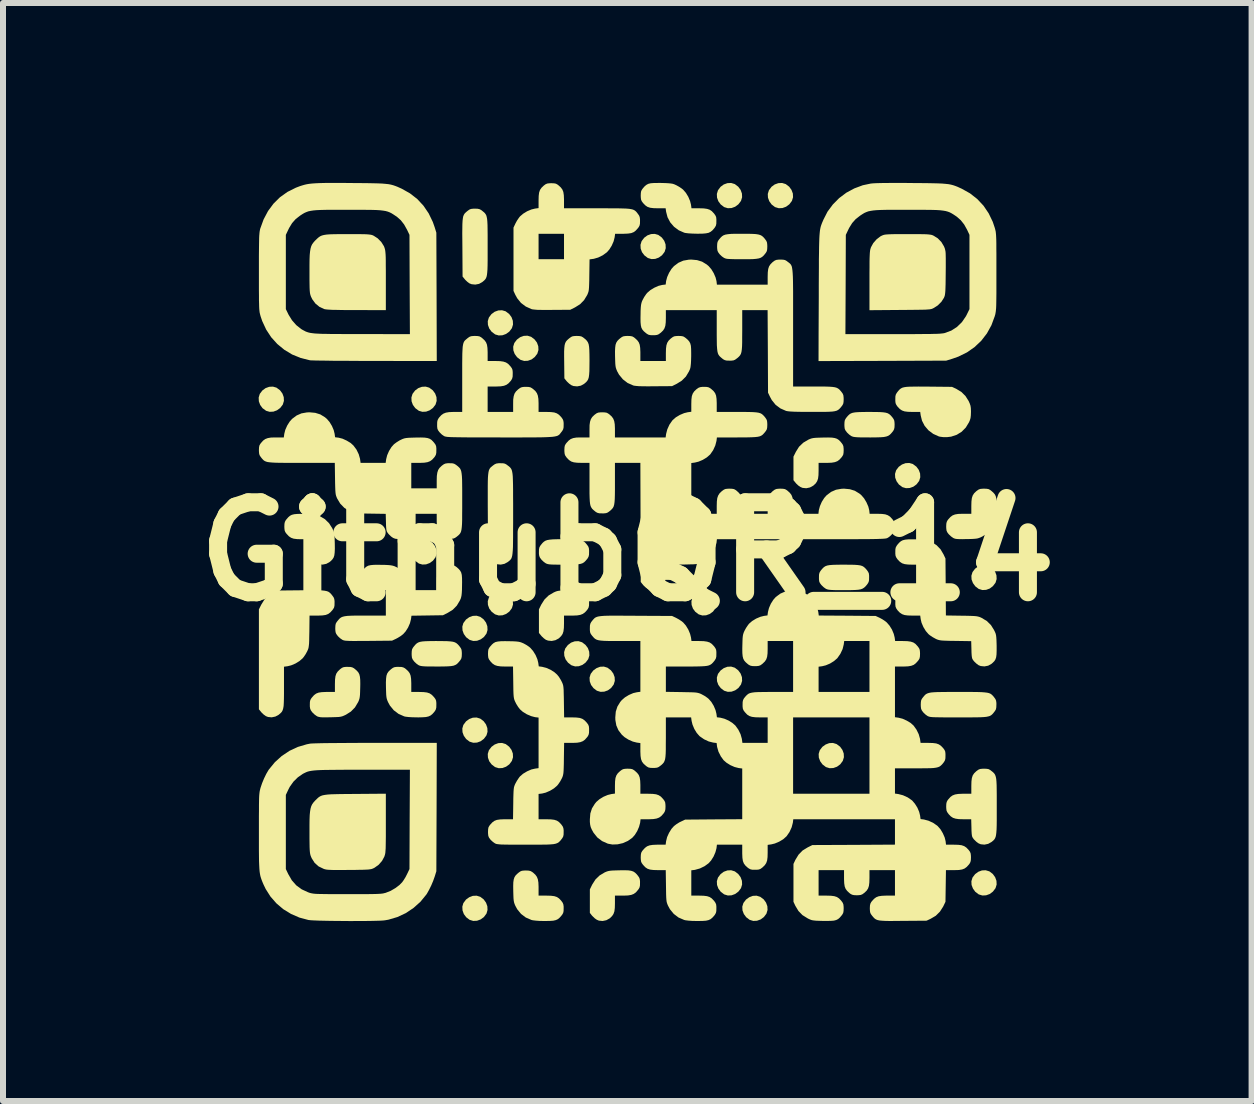
<source format=kicad_pcb>
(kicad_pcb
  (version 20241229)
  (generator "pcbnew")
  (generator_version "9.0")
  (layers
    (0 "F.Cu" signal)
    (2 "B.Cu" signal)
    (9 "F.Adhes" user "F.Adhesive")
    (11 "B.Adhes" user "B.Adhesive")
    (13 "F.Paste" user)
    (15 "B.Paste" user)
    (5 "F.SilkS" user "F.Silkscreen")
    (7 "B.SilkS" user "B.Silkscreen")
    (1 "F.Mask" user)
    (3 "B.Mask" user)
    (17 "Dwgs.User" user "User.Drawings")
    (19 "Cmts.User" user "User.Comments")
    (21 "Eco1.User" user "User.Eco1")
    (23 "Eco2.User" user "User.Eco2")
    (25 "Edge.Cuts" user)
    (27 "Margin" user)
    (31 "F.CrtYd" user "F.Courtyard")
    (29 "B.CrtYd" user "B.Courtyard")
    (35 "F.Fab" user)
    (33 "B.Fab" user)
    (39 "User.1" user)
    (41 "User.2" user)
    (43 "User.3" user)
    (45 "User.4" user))
  (footprint "GithubQR_14"
    (layer "F.Cu")
    (at 7.407 6.145)
    (property "Reference" "GithubQR_14" (at 0 0 0) (layer "F.SilkS") (effects (font (size 1.5 1.5) (thickness 0.3))))
    (attr board_only exclude_from_pos_files exclude_from_bom)
    (fp_poly (pts (xy -5.848 -2.733) (xy -5.844 -2.73) (xy -5.789 -2.689) (xy -5.749 -2.635) (xy -5.727 -2.575) (xy -5.724 -2.512) (xy -5.742 -2.453) (xy -5.744 -2.449) (xy -5.786 -2.394) (xy -5.84 -2.355) (xy -5.9 -2.333) (xy -5.962 -2.33) (xy -6.021 -2.347) (xy -6.025 -2.35) (xy -6.081 -2.391) (xy -6.12 -2.445) (xy -6.142 -2.505) (xy -6.145 -2.568) (xy -6.127 -2.627) (xy -6.125 -2.631) (xy -6.083 -2.686) (xy -6.03 -2.725) (xy -5.969 -2.747) (xy -5.907 -2.75)) (stroke (width 0) (type solid)) (fill yes) (layer "F.SilkS"))
    (fp_poly (pts (xy -3.302 -2.733) (xy -3.298 -2.73) (xy -3.243 -2.689) (xy -3.203 -2.635) (xy -3.181 -2.575) (xy -3.178 -2.512) (xy -3.196 -2.453) (xy -3.198 -2.449) (xy -3.24 -2.394) (xy -3.294 -2.355) (xy -3.354 -2.333) (xy -3.416 -2.33) (xy -3.475 -2.347) (xy -3.479 -2.35) (xy -3.534 -2.391) (xy -3.574 -2.445) (xy -3.596 -2.505) (xy -3.599 -2.568) (xy -3.581 -2.627) (xy -3.579 -2.631) (xy -3.537 -2.686) (xy -3.484 -2.725) (xy -3.423 -2.747) (xy -3.361 -2.75)) (stroke (width 0) (type solid)) (fill yes) (layer "F.SilkS"))
    (fp_poly (pts (xy -3.302 -0.186) (xy -3.298 -0.184) (xy -3.243 -0.142) (xy -3.203 -0.089) (xy -3.181 -0.029) (xy -3.178 0.034) (xy -3.196 0.093) (xy -3.198 0.097) (xy -3.24 0.152) (xy -3.294 0.191) (xy -3.354 0.213) (xy -3.416 0.216) (xy -3.475 0.199) (xy -3.479 0.196) (xy -3.534 0.155) (xy -3.574 0.101) (xy -3.596 0.041) (xy -3.599 -0.022) (xy -3.581 -0.081) (xy -3.579 -0.085) (xy -3.537 -0.14) (xy -3.484 -0.179) (xy -3.423 -0.201) (xy -3.361 -0.204)) (stroke (width 0) (type solid)) (fill yes) (layer "F.SilkS"))
    (fp_poly (pts (xy -2.453 1.087) (xy -2.449 1.089) (xy -2.394 1.131) (xy -2.355 1.184) (xy -2.333 1.245) (xy -2.33 1.307) (xy -2.347 1.366) (xy -2.35 1.37) (xy -2.391 1.425) (xy -2.445 1.464) (xy -2.505 1.487) (xy -2.568 1.49) (xy -2.627 1.472) (xy -2.631 1.47) (xy -2.686 1.428) (xy -2.725 1.374) (xy -2.747 1.314) (xy -2.75 1.251) (xy -2.733 1.192) (xy -2.73 1.188) (xy -2.689 1.133) (xy -2.635 1.094) (xy -2.575 1.072) (xy -2.512 1.069)) (stroke (width 0) (type solid)) (fill yes) (layer "F.SilkS"))
    (fp_poly (pts (xy -2.453 2.784) (xy -2.449 2.786) (xy -2.394 2.828) (xy -2.355 2.882) (xy -2.333 2.942) (xy -2.33 3.004) (xy -2.347 3.063) (xy -2.35 3.067) (xy -2.391 3.122) (xy -2.445 3.162) (xy -2.505 3.184) (xy -2.568 3.187) (xy -2.627 3.169) (xy -2.631 3.167) (xy -2.686 3.125) (xy -2.725 3.071) (xy -2.747 3.011) (xy -2.75 2.949) (xy -2.733 2.89) (xy -2.73 2.886) (xy -2.689 2.831) (xy -2.635 2.791) (xy -2.575 2.769) (xy -2.512 2.766)) (stroke (width 0) (type solid)) (fill yes) (layer "F.SilkS"))
    (fp_poly (pts (xy -2.453 5.754) (xy -2.449 5.756) (xy -2.394 5.798) (xy -2.355 5.852) (xy -2.333 5.912) (xy -2.33 5.974) (xy -2.347 6.034) (xy -2.35 6.038) (xy -2.391 6.093) (xy -2.445 6.132) (xy -2.505 6.154) (xy -2.568 6.157) (xy -2.627 6.139) (xy -2.631 6.137) (xy -2.686 6.095) (xy -2.725 6.042) (xy -2.747 5.981) (xy -2.75 5.919) (xy -2.733 5.86) (xy -2.73 5.856) (xy -2.689 5.801) (xy -2.635 5.762) (xy -2.575 5.739) (xy -2.512 5.736)) (stroke (width 0) (type solid)) (fill yes) (layer "F.SilkS"))
    (fp_poly (pts (xy -2.029 -4.006) (xy -2.025 -4.003) (xy -1.97 -3.962) (xy -1.93 -3.908) (xy -1.908 -3.848) (xy -1.905 -3.785) (xy -1.923 -3.726) (xy -1.925 -3.722) (xy -1.967 -3.667) (xy -2.021 -3.628) (xy -2.081 -3.606) (xy -2.143 -3.603) (xy -2.202 -3.62) (xy -2.206 -3.623) (xy -2.261 -3.664) (xy -2.301 -3.718) (xy -2.323 -3.778) (xy -2.326 -3.841) (xy -2.308 -3.9) (xy -2.306 -3.904) (xy -2.264 -3.959) (xy -2.211 -3.998) (xy -2.15 -4.02) (xy -2.088 -4.023)) (stroke (width 0) (type solid)) (fill yes) (layer "F.SilkS"))
    (fp_poly (pts (xy -2.029 0.662) (xy -2.025 0.664) (xy -1.97 0.706) (xy -1.93 0.76) (xy -1.908 0.82) (xy -1.905 0.882) (xy -1.923 0.941) (xy -1.925 0.945) (xy -1.967 1.001) (xy -2.021 1.04) (xy -2.081 1.062) (xy -2.143 1.065) (xy -2.202 1.047) (xy -2.206 1.045) (xy -2.261 1.003) (xy -2.301 0.95) (xy -2.323 0.889) (xy -2.326 0.827) (xy -2.308 0.768) (xy -2.306 0.764) (xy -2.264 0.709) (xy -2.211 0.669) (xy -2.15 0.647) (xy -2.088 0.644)) (stroke (width 0) (type solid)) (fill yes) (layer "F.SilkS"))
    (fp_poly (pts (xy -2.029 3.208) (xy -2.025 3.21) (xy -1.97 3.252) (xy -1.93 3.306) (xy -1.908 3.366) (xy -1.905 3.428) (xy -1.923 3.487) (xy -1.925 3.491) (xy -1.967 3.547) (xy -2.021 3.586) (xy -2.081 3.608) (xy -2.143 3.611) (xy -2.202 3.593) (xy -2.206 3.591) (xy -2.261 3.549) (xy -2.301 3.496) (xy -2.323 3.435) (xy -2.326 3.373) (xy -2.308 3.314) (xy -2.306 3.31) (xy -2.264 3.255) (xy -2.211 3.216) (xy -2.15 3.193) (xy -2.088 3.19)) (stroke (width 0) (type solid)) (fill yes) (layer "F.SilkS"))
    (fp_poly (pts (xy -1.605 -3.581) (xy -1.601 -3.579) (xy -1.546 -3.537) (xy -1.506 -3.484) (xy -1.484 -3.423) (xy -1.481 -3.361) (xy -1.499 -3.302) (xy -1.501 -3.298) (xy -1.543 -3.243) (xy -1.596 -3.203) (xy -1.657 -3.181) (xy -1.719 -3.178) (xy -1.778 -3.196) (xy -1.782 -3.198) (xy -1.837 -3.24) (xy -1.877 -3.294) (xy -1.899 -3.354) (xy -1.902 -3.416) (xy -1.884 -3.475) (xy -1.882 -3.479) (xy -1.84 -3.534) (xy -1.786 -3.574) (xy -1.726 -3.596) (xy -1.664 -3.599)) (stroke (width 0) (type solid)) (fill yes) (layer "F.SilkS"))
    (fp_poly (pts (xy -0.756 1.511) (xy -0.752 1.513) (xy -0.697 1.555) (xy -0.657 1.608) (xy -0.635 1.669) (xy -0.632 1.731) (xy -0.65 1.79) (xy -0.652 1.794) (xy -0.694 1.849) (xy -0.748 1.889) (xy -0.808 1.911) (xy -0.87 1.914) (xy -0.929 1.896) (xy -0.933 1.894) (xy -0.988 1.852) (xy -1.028 1.798) (xy -1.05 1.738) (xy -1.053 1.676) (xy -1.035 1.617) (xy -1.033 1.613) (xy -0.991 1.558) (xy -0.938 1.518) (xy -0.877 1.496) (xy -0.815 1.493)) (stroke (width 0) (type solid)) (fill yes) (layer "F.SilkS"))
    (fp_poly (pts (xy -0.332 1.935) (xy -0.328 1.937) (xy -0.273 1.979) (xy -0.233 2.033) (xy -0.211 2.093) (xy -0.208 2.155) (xy -0.226 2.214) (xy -0.228 2.218) (xy -0.27 2.274) (xy -0.323 2.313) (xy -0.384 2.335) (xy -0.446 2.338) (xy -0.505 2.32) (xy -0.509 2.318) (xy -0.564 2.276) (xy -0.604 2.223) (xy -0.626 2.162) (xy -0.629 2.1) (xy -0.611 2.041) (xy -0.609 2.037) (xy -0.567 1.982) (xy -0.513 1.943) (xy -0.453 1.92) (xy -0.391 1.917)) (stroke (width 0) (type solid)) (fill yes) (layer "F.SilkS"))
    (fp_poly (pts (xy 0.517 -5.279) (xy 0.521 -5.276) (xy 0.576 -5.235) (xy 0.616 -5.181) (xy 0.638 -5.121) (xy 0.641 -5.058) (xy 0.623 -4.999) (xy 0.621 -4.995) (xy 0.579 -4.94) (xy 0.525 -4.901) (xy 0.465 -4.879) (xy 0.403 -4.876) (xy 0.344 -4.894) (xy 0.34 -4.896) (xy 0.285 -4.938) (xy 0.245 -4.991) (xy 0.223 -5.051) (xy 0.22 -5.114) (xy 0.238 -5.173) (xy 0.24 -5.177) (xy 0.282 -5.232) (xy 0.335 -5.271) (xy 0.396 -5.293) (xy 0.458 -5.296)) (stroke (width 0) (type solid)) (fill yes) (layer "F.SilkS"))
    (fp_poly (pts (xy 1.366 0.662) (xy 1.37 0.664) (xy 1.425 0.706) (xy 1.464 0.76) (xy 1.487 0.82) (xy 1.49 0.882) (xy 1.472 0.941) (xy 1.47 0.945) (xy 1.428 1.001) (xy 1.374 1.04) (xy 1.314 1.062) (xy 1.251 1.065) (xy 1.192 1.047) (xy 1.188 1.045) (xy 1.133 1.003) (xy 1.094 0.95) (xy 1.072 0.889) (xy 1.069 0.827) (xy 1.087 0.768) (xy 1.089 0.764) (xy 1.131 0.709) (xy 1.184 0.669) (xy 1.245 0.647) (xy 1.307 0.644)) (stroke (width 0) (type solid)) (fill yes) (layer "F.SilkS"))
    (fp_poly (pts (xy 1.79 -6.127) (xy 1.794 -6.125) (xy 1.849 -6.083) (xy 1.889 -6.03) (xy 1.911 -5.969) (xy 1.914 -5.907) (xy 1.896 -5.848) (xy 1.894 -5.844) (xy 1.852 -5.789) (xy 1.798 -5.749) (xy 1.738 -5.727) (xy 1.676 -5.724) (xy 1.617 -5.742) (xy 1.613 -5.744) (xy 1.558 -5.786) (xy 1.518 -5.84) (xy 1.496 -5.9) (xy 1.493 -5.962) (xy 1.511 -6.021) (xy 1.513 -6.025) (xy 1.555 -6.081) (xy 1.608 -6.12) (xy 1.669 -6.142) (xy 1.731 -6.145)) (stroke (width 0) (type solid)) (fill yes) (layer "F.SilkS"))
    (fp_poly (pts (xy 1.79 1.935) (xy 1.794 1.937) (xy 1.849 1.979) (xy 1.889 2.033) (xy 1.911 2.093) (xy 1.914 2.155) (xy 1.896 2.214) (xy 1.894 2.218) (xy 1.852 2.274) (xy 1.798 2.313) (xy 1.738 2.335) (xy 1.676 2.338) (xy 1.617 2.32) (xy 1.613 2.318) (xy 1.558 2.276) (xy 1.518 2.223) (xy 1.496 2.162) (xy 1.493 2.1) (xy 1.511 2.041) (xy 1.513 2.037) (xy 1.555 1.982) (xy 1.608 1.943) (xy 1.669 1.92) (xy 1.731 1.917)) (stroke (width 0) (type solid)) (fill yes) (layer "F.SilkS"))
    (fp_poly (pts (xy 1.79 5.33) (xy 1.794 5.332) (xy 1.849 5.374) (xy 1.889 5.428) (xy 1.911 5.488) (xy 1.914 5.55) (xy 1.896 5.609) (xy 1.894 5.613) (xy 1.852 5.668) (xy 1.798 5.708) (xy 1.738 5.73) (xy 1.676 5.733) (xy 1.617 5.715) (xy 1.613 5.713) (xy 1.558 5.671) (xy 1.518 5.617) (xy 1.496 5.557) (xy 1.493 5.495) (xy 1.511 5.436) (xy 1.513 5.432) (xy 1.555 5.377) (xy 1.608 5.337) (xy 1.669 5.315) (xy 1.731 5.312)) (stroke (width 0) (type solid)) (fill yes) (layer "F.SilkS"))
    (fp_poly (pts (xy 2.214 5.754) (xy 2.218 5.756) (xy 2.274 5.798) (xy 2.313 5.852) (xy 2.335 5.912) (xy 2.338 5.974) (xy 2.32 6.034) (xy 2.318 6.038) (xy 2.276 6.093) (xy 2.223 6.132) (xy 2.162 6.154) (xy 2.1 6.157) (xy 2.041 6.139) (xy 2.037 6.137) (xy 1.982 6.095) (xy 1.943 6.042) (xy 1.92 5.981) (xy 1.917 5.919) (xy 1.935 5.86) (xy 1.937 5.856) (xy 1.979 5.801) (xy 2.033 5.762) (xy 2.093 5.739) (xy 2.155 5.736)) (stroke (width 0) (type solid)) (fill yes) (layer "F.SilkS"))
    (fp_poly (pts (xy 2.639 -6.127) (xy 2.643 -6.125) (xy 2.698 -6.083) (xy 2.737 -6.03) (xy 2.76 -5.969) (xy 2.763 -5.907) (xy 2.745 -5.848) (xy 2.743 -5.844) (xy 2.701 -5.789) (xy 2.647 -5.749) (xy 2.587 -5.727) (xy 2.525 -5.724) (xy 2.465 -5.742) (xy 2.461 -5.744) (xy 2.406 -5.786) (xy 2.367 -5.84) (xy 2.345 -5.9) (xy 2.342 -5.962) (xy 2.36 -6.021) (xy 2.362 -6.025) (xy 2.404 -6.081) (xy 2.457 -6.12) (xy 2.518 -6.142) (xy 2.58 -6.145)) (stroke (width 0) (type solid)) (fill yes) (layer "F.SilkS"))
    (fp_poly (pts (xy 3.487 3.208) (xy 3.491 3.21) (xy 3.547 3.252) (xy 3.586 3.306) (xy 3.608 3.366) (xy 3.611 3.428) (xy 3.593 3.487) (xy 3.591 3.491) (xy 3.549 3.547) (xy 3.496 3.586) (xy 3.435 3.608) (xy 3.373 3.611) (xy 3.314 3.593) (xy 3.31 3.591) (xy 3.255 3.549) (xy 3.216 3.496) (xy 3.193 3.435) (xy 3.19 3.373) (xy 3.208 3.314) (xy 3.21 3.31) (xy 3.252 3.255) (xy 3.306 3.216) (xy 3.366 3.193) (xy 3.428 3.19)) (stroke (width 0) (type solid)) (fill yes) (layer "F.SilkS"))
    (fp_poly (pts (xy 4.761 -1.46) (xy 4.764 -1.457) (xy 4.82 -1.415) (xy 4.859 -1.362) (xy 4.881 -1.302) (xy 4.884 -1.239) (xy 4.866 -1.18) (xy 4.864 -1.176) (xy 4.822 -1.121) (xy 4.769 -1.082) (xy 4.708 -1.06) (xy 4.646 -1.057) (xy 4.587 -1.074) (xy 4.583 -1.077) (xy 4.528 -1.118) (xy 4.489 -1.172) (xy 4.466 -1.232) (xy 4.463 -1.295) (xy 4.481 -1.354) (xy 4.483 -1.358) (xy 4.525 -1.413) (xy 4.579 -1.452) (xy 4.639 -1.474) (xy 4.701 -1.477)) (stroke (width 0) (type solid)) (fill yes) (layer "F.SilkS"))
    (fp_poly (pts (xy 6.034 0.238) (xy 6.038 0.24) (xy 6.093 0.282) (xy 6.132 0.335) (xy 6.154 0.396) (xy 6.157 0.458) (xy 6.139 0.517) (xy 6.137 0.521) (xy 6.095 0.576) (xy 6.042 0.616) (xy 5.981 0.638) (xy 5.919 0.641) (xy 5.86 0.623) (xy 5.856 0.621) (xy 5.801 0.579) (xy 5.762 0.525) (xy 5.739 0.465) (xy 5.736 0.403) (xy 5.754 0.344) (xy 5.756 0.34) (xy 5.798 0.285) (xy 5.852 0.245) (xy 5.912 0.223) (xy 5.974 0.22)) (stroke (width 0) (type solid)) (fill yes) (layer "F.SilkS"))
    (fp_poly (pts (xy 6.034 5.33) (xy 6.038 5.332) (xy 6.093 5.374) (xy 6.132 5.428) (xy 6.154 5.488) (xy 6.157 5.55) (xy 6.139 5.609) (xy 6.137 5.613) (xy 6.095 5.668) (xy 6.042 5.708) (xy 5.981 5.73) (xy 5.919 5.733) (xy 5.86 5.715) (xy 5.856 5.713) (xy 5.801 5.671) (xy 5.762 5.617) (xy 5.739 5.557) (xy 5.736 5.495) (xy 5.754 5.436) (xy 5.756 5.432) (xy 5.798 5.377) (xy 5.852 5.337) (xy 5.912 5.315) (xy 5.974 5.312)) (stroke (width 0) (type solid)) (fill yes) (layer "F.SilkS"))
    (fp_poly (pts (xy -0.797 -3.593) (xy -0.766 -3.587) (xy -0.739 -3.572) (xy -0.721 -3.558) (xy -0.693 -3.535) (xy -0.672 -3.512) (xy -0.656 -3.487) (xy -0.644 -3.456) (xy -0.637 -3.415) (xy -0.633 -3.362) (xy -0.631 -3.292) (xy -0.63 -3.203) (xy -0.63 -3.177) (xy -0.631 -3.081) (xy -0.632 -3.007) (xy -0.636 -2.95) (xy -0.642 -2.906) (xy -0.652 -2.873) (xy -0.667 -2.847) (xy -0.687 -2.824) (xy -0.713 -2.802) (xy -0.72 -2.796) (xy -0.774 -2.766) (xy -0.836 -2.754) (xy -0.897 -2.76) (xy -0.933 -2.774) (xy -0.968 -2.799) (xy -1.003 -2.832) (xy -1.012 -2.842) (xy -1.049 -2.888) (xy -1.052 -3.162) (xy -1.053 -3.26) (xy -1.053 -3.336) (xy -1.05 -3.395) (xy -1.045 -3.439) (xy -1.036 -3.473) (xy -1.023 -3.5) (xy -1.004 -3.523) (xy -0.98 -3.545) (xy -0.964 -3.558) (xy -0.935 -3.579) (xy -0.908 -3.59) (xy -0.872 -3.594) (xy -0.843 -3.595)) (stroke (width 0) (type solid)) (fill yes) (layer "F.SilkS"))
    (fp_poly (pts (xy -0.832 0.646) (xy -0.785 0.653) (xy -0.749 0.665) (xy -0.719 0.684) (xy -0.692 0.711) (xy -0.673 0.733) (xy -0.652 0.762) (xy -0.641 0.789) (xy -0.637 0.825) (xy -0.637 0.855) (xy -0.638 0.9) (xy -0.645 0.932) (xy -0.659 0.958) (xy -0.673 0.977) (xy -0.707 1.014) (xy -0.742 1.039) (xy -0.783 1.055) (xy -0.836 1.064) (xy -0.907 1.067) (xy -0.924 1.067) (xy -1.055 1.067) (xy -1.055 1.197) (xy -1.057 1.272) (xy -1.064 1.329) (xy -1.078 1.372) (xy -1.102 1.408) (xy -1.136 1.441) (xy -1.144 1.448) (xy -1.198 1.477) (xy -1.26 1.49) (xy -1.321 1.484) (xy -1.358 1.47) (xy -1.392 1.445) (xy -1.427 1.412) (xy -1.436 1.401) (xy -1.473 1.356) (xy -1.473 1.159) (xy -1.473 0.963) (xy -1.434 0.883) (xy -1.38 0.798) (xy -1.311 0.731) (xy -1.226 0.681) (xy -1.197 0.668) (xy -1.171 0.659) (xy -1.141 0.653) (xy -1.102 0.649) (xy -1.049 0.647) (xy -0.978 0.645) (xy -0.976 0.645) (xy -0.894 0.644)) (stroke (width 0) (type solid)) (fill yes) (layer "F.SilkS"))
    (fp_poly (pts (xy 0.017 5.314) (xy 0.064 5.321) (xy 0.1 5.333) (xy 0.129 5.352) (xy 0.157 5.379) (xy 0.175 5.401) (xy 0.196 5.43) (xy 0.207 5.457) (xy 0.212 5.493) (xy 0.212 5.523) (xy 0.211 5.568) (xy 0.204 5.599) (xy 0.189 5.626) (xy 0.175 5.644) (xy 0.142 5.682) (xy 0.107 5.707) (xy 0.066 5.723) (xy 0.013 5.732) (xy -0.058 5.735) (xy -0.076 5.735) (xy -0.206 5.735) (xy -0.206 5.865) (xy -0.208 5.94) (xy -0.215 5.997) (xy -0.23 6.04) (xy -0.253 6.075) (xy -0.287 6.109) (xy -0.295 6.115) (xy -0.349 6.145) (xy -0.411 6.158) (xy -0.473 6.152) (xy -0.509 6.137) (xy -0.543 6.113) (xy -0.578 6.079) (xy -0.588 6.069) (xy -0.624 6.023) (xy -0.624 5.827) (xy -0.624 5.631) (xy -0.585 5.551) (xy -0.531 5.466) (xy -0.462 5.399) (xy -0.377 5.348) (xy -0.349 5.336) (xy -0.322 5.327) (xy -0.292 5.321) (xy -0.253 5.317) (xy -0.201 5.315) (xy -0.129 5.313) (xy -0.127 5.313) (xy -0.045 5.312)) (stroke (width 0) (type solid)) (fill yes) (layer "F.SilkS"))
    (fp_poly (pts (xy 3.412 -1.9) (xy 3.458 -1.893) (xy 3.494 -1.881) (xy 3.524 -1.862) (xy 3.552 -1.835) (xy 3.57 -1.813) (xy 3.591 -1.784) (xy 3.602 -1.757) (xy 3.606 -1.721) (xy 3.607 -1.691) (xy 3.605 -1.646) (xy 3.599 -1.614) (xy 3.584 -1.588) (xy 3.57 -1.569) (xy 3.536 -1.532) (xy 3.502 -1.507) (xy 3.46 -1.491) (xy 3.407 -1.482) (xy 3.337 -1.479) (xy 3.319 -1.479) (xy 3.189 -1.479) (xy 3.189 -1.349) (xy 3.187 -1.274) (xy 3.18 -1.217) (xy 3.165 -1.174) (xy 3.142 -1.138) (xy 3.107 -1.105) (xy 3.1 -1.099) (xy 3.045 -1.069) (xy 2.984 -1.056) (xy 2.922 -1.062) (xy 2.886 -1.077) (xy 2.851 -1.101) (xy 2.816 -1.134) (xy 2.807 -1.145) (xy 2.77 -1.19) (xy 2.77 -1.387) (xy 2.77 -1.583) (xy 2.81 -1.663) (xy 2.863 -1.748) (xy 2.933 -1.815) (xy 3.017 -1.865) (xy 3.046 -1.878) (xy 3.073 -1.887) (xy 3.103 -1.893) (xy 3.142 -1.897) (xy 3.194 -1.899) (xy 3.266 -1.901) (xy 3.267 -1.901) (xy 3.349 -1.902)) (stroke (width 0) (type solid)) (fill yes) (layer "F.SilkS"))
    (fp_poly (pts (xy -3.081 1.492) (xy -3.007 1.493) (xy -2.95 1.497) (xy -2.906 1.503) (xy -2.873 1.513) (xy -2.847 1.528) (xy -2.824 1.548) (xy -2.801 1.574) (xy -2.795 1.582) (xy -2.774 1.611) (xy -2.763 1.638) (xy -2.759 1.674) (xy -2.758 1.703) (xy -2.76 1.749) (xy -2.766 1.78) (xy -2.781 1.807) (xy -2.795 1.825) (xy -2.819 1.853) (xy -2.841 1.875) (xy -2.866 1.89) (xy -2.897 1.902) (xy -2.938 1.909) (xy -2.991 1.913) (xy -3.061 1.915) (xy -3.15 1.916) (xy -3.177 1.916) (xy -3.264 1.915) (xy -3.332 1.915) (xy -3.382 1.913) (xy -3.418 1.91) (xy -3.444 1.906) (xy -3.464 1.9) (xy -3.48 1.893) (xy -3.514 1.869) (xy -3.549 1.836) (xy -3.558 1.825) (xy -3.579 1.796) (xy -3.59 1.769) (xy -3.594 1.733) (xy -3.595 1.703) (xy -3.593 1.658) (xy -3.587 1.627) (xy -3.572 1.6) (xy -3.558 1.582) (xy -3.535 1.554) (xy -3.512 1.532) (xy -3.487 1.516) (xy -3.456 1.505) (xy -3.415 1.498) (xy -3.362 1.494) (xy -3.292 1.492) (xy -3.203 1.491) (xy -3.177 1.491)) (stroke (width 0) (type solid)) (fill yes) (layer "F.SilkS"))
    (fp_poly (pts (xy -2.494 -5.715) (xy -2.463 -5.708) (xy -2.436 -5.694) (xy -2.418 -5.68) (xy -2.396 -5.662) (xy -2.378 -5.646) (xy -2.364 -5.628) (xy -2.352 -5.608) (xy -2.344 -5.581) (xy -2.337 -5.546) (xy -2.333 -5.5) (xy -2.33 -5.442) (xy -2.329 -5.367) (xy -2.328 -5.275) (xy -2.328 -5.162) (xy -2.328 -5.086) (xy -2.328 -4.96) (xy -2.328 -4.856) (xy -2.329 -4.772) (xy -2.331 -4.704) (xy -2.335 -4.651) (xy -2.34 -4.61) (xy -2.347 -4.579) (xy -2.357 -4.555) (xy -2.369 -4.537) (xy -2.385 -4.52) (xy -2.404 -4.504) (xy -2.417 -4.493) (xy -2.471 -4.463) (xy -2.533 -4.451) (xy -2.595 -4.457) (xy -2.631 -4.471) (xy -2.665 -4.496) (xy -2.7 -4.529) (xy -2.709 -4.54) (xy -2.746 -4.585) (xy -2.749 -5.072) (xy -2.75 -5.199) (xy -2.751 -5.305) (xy -2.75 -5.391) (xy -2.749 -5.46) (xy -2.746 -5.515) (xy -2.741 -5.557) (xy -2.735 -5.589) (xy -2.725 -5.613) (xy -2.713 -5.633) (xy -2.698 -5.649) (xy -2.679 -5.666) (xy -2.662 -5.68) (xy -2.633 -5.701) (xy -2.605 -5.712) (xy -2.57 -5.716) (xy -2.54 -5.717)) (stroke (width 0) (type solid)) (fill yes) (layer "F.SilkS"))
    (fp_poly (pts (xy -0.96 -0.206) (xy -0.885 -0.204) (xy -0.828 -0.201) (xy -0.785 -0.194) (xy -0.752 -0.184) (xy -0.725 -0.17) (xy -0.702 -0.15) (xy -0.679 -0.123) (xy -0.673 -0.116) (xy -0.652 -0.087) (xy -0.641 -0.059) (xy -0.637 -0.023) (xy -0.637 0.006) (xy -0.638 0.052) (xy -0.645 0.083) (xy -0.659 0.11) (xy -0.673 0.128) (xy -0.697 0.156) (xy -0.719 0.177) (xy -0.744 0.193) (xy -0.775 0.204) (xy -0.816 0.211) (xy -0.869 0.216) (xy -0.939 0.218) (xy -1.029 0.218) (xy -1.055 0.218) (xy -1.143 0.218) (xy -1.21 0.217) (xy -1.26 0.216) (xy -1.296 0.213) (xy -1.322 0.209) (xy -1.342 0.203) (xy -1.358 0.196) (xy -1.392 0.172) (xy -1.427 0.139) (xy -1.436 0.128) (xy -1.457 0.099) (xy -1.468 0.071) (xy -1.473 0.036) (xy -1.473 0.006) (xy -1.472 -0.039) (xy -1.465 -0.071) (xy -1.45 -0.098) (xy -1.436 -0.116) (xy -1.413 -0.144) (xy -1.39 -0.165) (xy -1.365 -0.181) (xy -1.334 -0.192) (xy -1.294 -0.199) (xy -1.24 -0.204) (xy -1.171 -0.206) (xy -1.081 -0.206) (xy -1.055 -0.206)) (stroke (width 0) (type solid)) (fill yes) (layer "F.SilkS"))
    (fp_poly (pts (xy 2.011 -5.298) (xy 2.085 -5.296) (xy 2.142 -5.293) (xy 2.186 -5.286) (xy 2.219 -5.276) (xy 2.245 -5.262) (xy 2.268 -5.242) (xy 2.291 -5.216) (xy 2.297 -5.208) (xy 2.318 -5.179) (xy 2.329 -5.151) (xy 2.333 -5.116) (xy 2.334 -5.086) (xy 2.332 -5.041) (xy 2.326 -5.009) (xy 2.311 -4.982) (xy 2.297 -4.964) (xy 2.274 -4.936) (xy 2.251 -4.915) (xy 2.226 -4.899) (xy 2.195 -4.888) (xy 2.154 -4.881) (xy 2.101 -4.876) (xy 2.031 -4.874) (xy 1.942 -4.874) (xy 1.916 -4.874) (xy 1.828 -4.874) (xy 1.76 -4.875) (xy 1.71 -4.877) (xy 1.674 -4.879) (xy 1.648 -4.883) (xy 1.629 -4.889) (xy 1.613 -4.896) (xy 1.578 -4.92) (xy 1.543 -4.953) (xy 1.534 -4.964) (xy 1.513 -4.993) (xy 1.502 -5.021) (xy 1.498 -5.057) (xy 1.497 -5.086) (xy 1.499 -5.132) (xy 1.505 -5.163) (xy 1.52 -5.19) (xy 1.534 -5.208) (xy 1.558 -5.236) (xy 1.58 -5.257) (xy 1.605 -5.273) (xy 1.636 -5.284) (xy 1.677 -5.291) (xy 1.73 -5.296) (xy 1.8 -5.298) (xy 1.889 -5.298) (xy 1.916 -5.298)) (stroke (width 0) (type solid)) (fill yes) (layer "F.SilkS"))
    (fp_poly (pts (xy 3.708 0.219) (xy 3.783 0.22) (xy 3.84 0.224) (xy 3.883 0.23) (xy 3.916 0.24) (xy 3.942 0.255) (xy 3.965 0.275) (xy 3.988 0.301) (xy 3.995 0.309) (xy 4.015 0.338) (xy 4.027 0.365) (xy 4.031 0.401) (xy 4.031 0.43) (xy 4.03 0.476) (xy 4.023 0.507) (xy 4.008 0.534) (xy 3.995 0.552) (xy 3.971 0.58) (xy 3.948 0.601) (xy 3.923 0.617) (xy 3.892 0.629) (xy 3.852 0.636) (xy 3.799 0.64) (xy 3.729 0.642) (xy 3.639 0.643) (xy 3.613 0.643) (xy 3.525 0.642) (xy 3.458 0.642) (xy 3.408 0.64) (xy 3.372 0.637) (xy 3.345 0.633) (xy 3.326 0.627) (xy 3.31 0.62) (xy 3.276 0.596) (xy 3.241 0.563) (xy 3.231 0.552) (xy 3.21 0.523) (xy 3.199 0.496) (xy 3.195 0.46) (xy 3.195 0.43) (xy 3.196 0.385) (xy 3.203 0.354) (xy 3.218 0.327) (xy 3.231 0.309) (xy 3.255 0.281) (xy 3.278 0.259) (xy 3.303 0.243) (xy 3.334 0.232) (xy 3.374 0.225) (xy 3.427 0.221) (xy 3.497 0.219) (xy 3.587 0.218) (xy 3.613 0.218)) (stroke (width 0) (type solid)) (fill yes) (layer "F.SilkS"))
    (fp_poly (pts (xy 4.133 -2.327) (xy 4.207 -2.326) (xy 4.264 -2.322) (xy 4.307 -2.316) (xy 4.341 -2.306) (xy 4.367 -2.291) (xy 4.39 -2.271) (xy 4.413 -2.245) (xy 4.419 -2.238) (xy 4.44 -2.208) (xy 4.451 -2.181) (xy 4.455 -2.145) (xy 4.456 -2.116) (xy 4.454 -2.07) (xy 4.447 -2.039) (xy 4.433 -2.012) (xy 4.419 -1.994) (xy 4.395 -1.966) (xy 4.373 -1.945) (xy 4.348 -1.929) (xy 4.317 -1.918) (xy 4.276 -1.91) (xy 4.223 -1.906) (xy 4.153 -1.904) (xy 4.063 -1.903) (xy 4.037 -1.903) (xy 3.949 -1.904) (xy 3.882 -1.904) (xy 3.832 -1.906) (xy 3.796 -1.909) (xy 3.77 -1.913) (xy 3.75 -1.919) (xy 3.734 -1.926) (xy 3.7 -1.95) (xy 3.665 -1.983) (xy 3.656 -1.994) (xy 3.635 -2.023) (xy 3.624 -2.05) (xy 3.62 -2.086) (xy 3.619 -2.116) (xy 3.621 -2.161) (xy 3.627 -2.192) (xy 3.642 -2.219) (xy 3.656 -2.238) (xy 3.679 -2.265) (xy 3.702 -2.287) (xy 3.727 -2.303) (xy 3.758 -2.314) (xy 3.798 -2.321) (xy 3.852 -2.325) (xy 3.922 -2.327) (xy 4.011 -2.328) (xy 4.037 -2.328)) (stroke (width 0) (type solid)) (fill yes) (layer "F.SilkS"))
    (fp_poly (pts (xy 4.959 -2.75) (xy 5.019 -2.75) (xy 5.413 -2.746) (xy 5.482 -2.714) (xy 5.568 -2.662) (xy 5.637 -2.594) (xy 5.689 -2.512) (xy 5.709 -2.468) (xy 5.721 -2.432) (xy 5.727 -2.393) (xy 5.729 -2.343) (xy 5.729 -2.328) (xy 5.727 -2.27) (xy 5.722 -2.227) (xy 5.711 -2.19) (xy 5.697 -2.157) (xy 5.643 -2.068) (xy 5.574 -1.998) (xy 5.492 -1.947) (xy 5.398 -1.916) (xy 5.331 -1.908) (xy 5.268 -1.908) (xy 5.213 -1.915) (xy 5.193 -1.92) (xy 5.1 -1.962) (xy 5.02 -2.022) (xy 4.957 -2.096) (xy 4.913 -2.181) (xy 4.891 -2.27) (xy 4.883 -2.328) (xy 4.754 -2.328) (xy 4.679 -2.33) (xy 4.623 -2.337) (xy 4.58 -2.352) (xy 4.544 -2.376) (xy 4.51 -2.411) (xy 4.504 -2.418) (xy 4.484 -2.447) (xy 4.472 -2.475) (xy 4.468 -2.51) (xy 4.468 -2.54) (xy 4.469 -2.586) (xy 4.476 -2.617) (xy 4.491 -2.644) (xy 4.504 -2.662) (xy 4.524 -2.686) (xy 4.542 -2.705) (xy 4.562 -2.72) (xy 4.585 -2.732) (xy 4.615 -2.74) (xy 4.654 -2.746) (xy 4.706 -2.749) (xy 4.772 -2.75) (xy 4.855 -2.751)) (stroke (width 0) (type solid)) (fill yes) (layer "F.SilkS"))
    (fp_poly (pts (xy -3.767 1.923) (xy -3.736 1.93) (xy -3.709 1.944) (xy -3.691 1.958) (xy -3.654 1.992) (xy -3.628 2.027) (xy -3.612 2.068) (xy -3.604 2.121) (xy -3.601 2.192) (xy -3.601 2.209) (xy -3.601 2.34) (xy -3.47 2.34) (xy -3.396 2.342) (xy -3.339 2.349) (xy -3.296 2.363) (xy -3.26 2.387) (xy -3.227 2.421) (xy -3.219 2.43) (xy -3.198 2.459) (xy -3.187 2.487) (xy -3.183 2.523) (xy -3.183 2.552) (xy -3.184 2.598) (xy -3.191 2.629) (xy -3.205 2.656) (xy -3.219 2.674) (xy -3.249 2.708) (xy -3.279 2.732) (xy -3.313 2.748) (xy -3.357 2.758) (xy -3.414 2.762) (xy -3.491 2.764) (xy -3.504 2.763) (xy -3.581 2.762) (xy -3.647 2.758) (xy -3.697 2.752) (xy -3.719 2.747) (xy -3.814 2.705) (xy -3.893 2.645) (xy -3.957 2.567) (xy -3.988 2.51) (xy -4 2.482) (xy -4.009 2.455) (xy -4.015 2.425) (xy -4.019 2.386) (xy -4.021 2.333) (xy -4.023 2.261) (xy -4.024 2.179) (xy -4.021 2.117) (xy -4.015 2.07) (xy -4.003 2.034) (xy -3.984 2.004) (xy -3.957 1.977) (xy -3.935 1.958) (xy -3.906 1.937) (xy -3.878 1.926) (xy -3.843 1.922) (xy -3.813 1.922)) (stroke (width 0) (type solid)) (fill yes) (layer "F.SilkS"))
    (fp_poly (pts (xy -1.646 5.318) (xy -1.614 5.325) (xy -1.588 5.339) (xy -1.569 5.353) (xy -1.532 5.387) (xy -1.507 5.422) (xy -1.491 5.463) (xy -1.482 5.516) (xy -1.479 5.586) (xy -1.479 5.604) (xy -1.479 5.735) (xy -1.349 5.735) (xy -1.274 5.737) (xy -1.217 5.744) (xy -1.174 5.758) (xy -1.139 5.781) (xy -1.105 5.816) (xy -1.098 5.825) (xy -1.077 5.854) (xy -1.066 5.882) (xy -1.061 5.917) (xy -1.061 5.947) (xy -1.062 5.992) (xy -1.069 6.024) (xy -1.084 6.051) (xy -1.098 6.069) (xy -1.127 6.102) (xy -1.157 6.127) (xy -1.191 6.143) (xy -1.235 6.153) (xy -1.293 6.157) (xy -1.369 6.158) (xy -1.382 6.158) (xy -1.459 6.157) (xy -1.526 6.152) (xy -1.575 6.146) (xy -1.597 6.141) (xy -1.692 6.1) (xy -1.771 6.04) (xy -1.835 5.962) (xy -1.866 5.905) (xy -1.878 5.877) (xy -1.887 5.85) (xy -1.893 5.82) (xy -1.897 5.78) (xy -1.899 5.727) (xy -1.901 5.656) (xy -1.902 5.574) (xy -1.9 5.512) (xy -1.893 5.465) (xy -1.881 5.429) (xy -1.862 5.399) (xy -1.835 5.372) (xy -1.813 5.353) (xy -1.784 5.332) (xy -1.757 5.321) (xy -1.721 5.317) (xy -1.691 5.316)) (stroke (width 0) (type solid)) (fill yes) (layer "F.SilkS"))
    (fp_poly (pts (xy -5.377 -0.628) (xy -5.305 -0.626) (xy -5.252 -0.624) (xy -5.213 -0.62) (xy -5.183 -0.614) (xy -5.156 -0.605) (xy -5.128 -0.593) (xy -5.127 -0.592) (xy -5.04 -0.54) (xy -4.971 -0.472) (xy -4.919 -0.39) (xy -4.904 -0.358) (xy -4.893 -0.331) (xy -4.886 -0.304) (xy -4.882 -0.271) (xy -4.879 -0.227) (xy -4.877 -0.167) (xy -4.876 -0.128) (xy -4.875 -0.046) (xy -4.878 0.017) (xy -4.884 0.064) (xy -4.896 0.1) (xy -4.915 0.129) (xy -4.942 0.157) (xy -4.963 0.174) (xy -5.017 0.204) (xy -5.079 0.217) (xy -5.141 0.211) (xy -5.177 0.196) (xy -5.211 0.172) (xy -5.246 0.139) (xy -5.255 0.128) (xy -5.271 0.108) (xy -5.282 0.089) (xy -5.288 0.066) (xy -5.292 0.034) (xy -5.295 -0.013) (xy -5.296 -0.062) (xy -5.3 -0.206) (xy -5.43 -0.206) (xy -5.504 -0.208) (xy -5.561 -0.215) (xy -5.604 -0.23) (xy -5.64 -0.254) (xy -5.673 -0.289) (xy -5.68 -0.296) (xy -5.701 -0.325) (xy -5.712 -0.353) (xy -5.716 -0.389) (xy -5.717 -0.418) (xy -5.715 -0.464) (xy -5.708 -0.495) (xy -5.694 -0.522) (xy -5.68 -0.54) (xy -5.651 -0.573) (xy -5.623 -0.597) (xy -5.592 -0.613) (xy -5.552 -0.623) (xy -5.5 -0.628) (xy -5.431 -0.629)) (stroke (width 0) (type solid)) (fill yes) (layer "F.SilkS"))
    (fp_poly (pts (xy -2.07 -1.472) (xy -2.039 -1.465) (xy -2.012 -1.45) (xy -1.994 -1.436) (xy -1.975 -1.422) (xy -1.959 -1.408) (xy -1.946 -1.394) (xy -1.935 -1.378) (xy -1.926 -1.358) (xy -1.919 -1.331) (xy -1.913 -1.296) (xy -1.909 -1.251) (xy -1.907 -1.193) (xy -1.905 -1.121) (xy -1.904 -1.034) (xy -1.904 -0.928) (xy -1.903 -0.802) (xy -1.903 -0.654) (xy -1.903 -0.63) (xy -1.903 -0.479) (xy -1.904 -0.35) (xy -1.904 -0.241) (xy -1.905 -0.151) (xy -1.906 -0.077) (xy -1.909 -0.018) (xy -1.913 0.029) (xy -1.918 0.065) (xy -1.925 0.093) (xy -1.933 0.115) (xy -1.944 0.131) (xy -1.957 0.145) (xy -1.972 0.158) (xy -1.99 0.172) (xy -1.993 0.174) (xy -2.047 0.204) (xy -2.109 0.217) (xy -2.17 0.211) (xy -2.206 0.196) (xy -2.241 0.172) (xy -2.276 0.139) (xy -2.285 0.128) (xy -2.322 0.083) (xy -2.325 -0.616) (xy -2.326 -0.769) (xy -2.326 -0.9) (xy -2.326 -1.01) (xy -2.326 -1.101) (xy -2.325 -1.177) (xy -2.323 -1.237) (xy -2.319 -1.285) (xy -2.314 -1.323) (xy -2.308 -1.351) (xy -2.299 -1.373) (xy -2.289 -1.39) (xy -2.277 -1.404) (xy -2.261 -1.417) (xy -2.244 -1.431) (xy -2.238 -1.436) (xy -2.208 -1.457) (xy -2.181 -1.468) (xy -2.145 -1.473) (xy -2.116 -1.473)) (stroke (width 0) (type solid)) (fill yes) (layer "F.SilkS"))
    (fp_poly (pts (xy -4.616 1.923) (xy -4.585 1.93) (xy -4.558 1.944) (xy -4.54 1.958) (xy -4.507 1.987) (xy -4.483 2.015) (xy -4.467 2.046) (xy -4.457 2.086) (xy -4.452 2.138) (xy -4.451 2.207) (xy -4.452 2.261) (xy -4.454 2.333) (xy -4.456 2.386) (xy -4.46 2.425) (xy -4.466 2.455) (xy -4.475 2.482) (xy -4.487 2.51) (xy -4.488 2.511) (xy -4.54 2.598) (xy -4.608 2.667) (xy -4.69 2.719) (xy -4.722 2.734) (xy -4.749 2.745) (xy -4.776 2.752) (xy -4.809 2.757) (xy -4.853 2.759) (xy -4.913 2.761) (xy -4.952 2.762) (xy -5.025 2.763) (xy -5.077 2.763) (xy -5.115 2.761) (xy -5.141 2.756) (xy -5.162 2.75) (xy -5.177 2.742) (xy -5.211 2.718) (xy -5.246 2.685) (xy -5.255 2.674) (xy -5.276 2.645) (xy -5.287 2.617) (xy -5.292 2.582) (xy -5.292 2.552) (xy -5.291 2.507) (xy -5.284 2.475) (xy -5.269 2.448) (xy -5.255 2.43) (xy -5.222 2.393) (xy -5.187 2.367) (xy -5.146 2.351) (xy -5.093 2.343) (xy -5.022 2.34) (xy -5.004 2.34) (xy -4.874 2.34) (xy -4.874 2.209) (xy -4.872 2.135) (xy -4.865 2.078) (xy -4.851 2.035) (xy -4.827 1.999) (xy -4.793 1.966) (xy -4.784 1.958) (xy -4.755 1.937) (xy -4.727 1.926) (xy -4.691 1.922) (xy -4.662 1.922)) (stroke (width 0) (type solid)) (fill yes) (layer "F.SilkS"))
    (fp_poly (pts (xy 5.992 -1.047) (xy 6.024 -1.041) (xy 6.051 -1.026) (xy 6.069 -1.012) (xy 6.102 -0.983) (xy 6.126 -0.955) (xy 6.142 -0.924) (xy 6.152 -0.884) (xy 6.156 -0.832) (xy 6.157 -0.763) (xy 6.157 -0.709) (xy 6.155 -0.637) (xy 6.152 -0.584) (xy 6.149 -0.545) (xy 6.143 -0.515) (xy 6.134 -0.488) (xy 6.121 -0.46) (xy 6.121 -0.459) (xy 6.069 -0.372) (xy 6.001 -0.303) (xy 5.919 -0.252) (xy 5.887 -0.236) (xy 5.86 -0.226) (xy 5.832 -0.218) (xy 5.799 -0.214) (xy 5.755 -0.211) (xy 5.695 -0.209) (xy 5.656 -0.209) (xy 5.584 -0.207) (xy 5.531 -0.208) (xy 5.494 -0.21) (xy 5.467 -0.214) (xy 5.446 -0.221) (xy 5.432 -0.228) (xy 5.397 -0.253) (xy 5.362 -0.286) (xy 5.353 -0.296) (xy 5.332 -0.325) (xy 5.321 -0.353) (xy 5.317 -0.389) (xy 5.316 -0.418) (xy 5.318 -0.464) (xy 5.325 -0.495) (xy 5.339 -0.522) (xy 5.353 -0.54) (xy 5.387 -0.577) (xy 5.422 -0.603) (xy 5.463 -0.619) (xy 5.516 -0.628) (xy 5.586 -0.63) (xy 5.604 -0.63) (xy 5.735 -0.63) (xy 5.735 -0.761) (xy 5.737 -0.836) (xy 5.744 -0.892) (xy 5.758 -0.935) (xy 5.781 -0.971) (xy 5.816 -1.005) (xy 5.825 -1.012) (xy 5.854 -1.033) (xy 5.882 -1.044) (xy 5.917 -1.048) (xy 5.947 -1.049)) (stroke (width 0) (type solid)) (fill yes) (layer "F.SilkS"))
    (fp_poly (pts (xy 5.523 2.34) (xy 5.648 2.34) (xy 5.752 2.34) (xy 5.837 2.341) (xy 5.904 2.343) (xy 5.957 2.347) (xy 5.998 2.352) (xy 6.029 2.359) (xy 6.053 2.369) (xy 6.072 2.382) (xy 6.089 2.398) (xy 6.106 2.417) (xy 6.116 2.43) (xy 6.137 2.459) (xy 6.148 2.487) (xy 6.153 2.523) (xy 6.153 2.552) (xy 6.151 2.598) (xy 6.145 2.629) (xy 6.13 2.656) (xy 6.116 2.674) (xy 6.099 2.696) (xy 6.082 2.714) (xy 6.065 2.728) (xy 6.044 2.74) (xy 6.017 2.748) (xy 5.982 2.755) (xy 5.937 2.759) (xy 5.878 2.762) (xy 5.804 2.763) (xy 5.711 2.764) (xy 5.599 2.764) (xy 5.523 2.764) (xy 5.402 2.764) (xy 5.303 2.764) (xy 5.224 2.763) (xy 5.162 2.762) (xy 5.114 2.761) (xy 5.078 2.759) (xy 5.052 2.756) (xy 5.033 2.752) (xy 5.019 2.747) (xy 5.007 2.742) (xy 4.973 2.718) (xy 4.938 2.685) (xy 4.929 2.674) (xy 4.908 2.645) (xy 4.897 2.617) (xy 4.893 2.582) (xy 4.892 2.552) (xy 4.894 2.507) (xy 4.9 2.475) (xy 4.915 2.448) (xy 4.929 2.43) (xy 4.947 2.408) (xy 4.963 2.39) (xy 4.98 2.376) (xy 5.001 2.365) (xy 5.028 2.356) (xy 5.063 2.349) (xy 5.108 2.345) (xy 5.167 2.342) (xy 5.241 2.341) (xy 5.334 2.34) (xy 5.446 2.34)) (stroke (width 0) (type solid)) (fill yes) (layer "F.SilkS"))
    (fp_poly (pts (xy -4.556 -5.292) (xy -4.471 -5.292) (xy -4.405 -5.291) (xy -4.355 -5.29) (xy -4.317 -5.287) (xy -4.288 -5.284) (xy -4.267 -5.28) (xy -4.249 -5.275) (xy -4.232 -5.267) (xy -4.229 -5.266) (xy -4.161 -5.222) (xy -4.101 -5.161) (xy -4.057 -5.091) (xy -4.05 -5.073) (xy -4.044 -5.055) (xy -4.039 -5.037) (xy -4.035 -5.015) (xy -4.032 -4.988) (xy -4.029 -4.952) (xy -4.027 -4.906) (xy -4.026 -4.847) (xy -4.026 -4.772) (xy -4.025 -4.678) (xy -4.025 -4.564) (xy -4.025 -4.516) (xy -4.025 -4.025) (xy -4.513 -4.026) (xy -4.645 -4.026) (xy -4.755 -4.027) (xy -4.845 -4.029) (xy -4.916 -4.03) (xy -4.971 -4.033) (xy -5.011 -4.036) (xy -5.039 -4.04) (xy -5.053 -4.043) (xy -5.132 -4.08) (xy -5.2 -4.136) (xy -5.252 -4.207) (xy -5.274 -4.253) (xy -5.281 -4.274) (xy -5.287 -4.295) (xy -5.291 -4.321) (xy -5.294 -4.354) (xy -5.296 -4.397) (xy -5.297 -4.454) (xy -5.298 -4.527) (xy -5.298 -4.621) (xy -5.298 -4.662) (xy -5.298 -4.776) (xy -5.297 -4.87) (xy -5.294 -4.945) (xy -5.288 -5.005) (xy -5.28 -5.052) (xy -5.269 -5.09) (xy -5.254 -5.122) (xy -5.234 -5.15) (xy -5.21 -5.178) (xy -5.198 -5.19) (xy -5.17 -5.217) (xy -5.145 -5.239) (xy -5.12 -5.256) (xy -5.091 -5.269) (xy -5.056 -5.278) (xy -5.011 -5.285) (xy -4.955 -5.289) (xy -4.883 -5.291) (xy -4.793 -5.292) (xy -4.683 -5.292) (xy -4.662 -5.292)) (stroke (width 0) (type solid)) (fill yes) (layer "F.SilkS"))
    (fp_poly (pts (xy 0.564 -6.145) (xy 0.636 -6.143) (xy 0.689 -6.14) (xy 0.728 -6.136) (xy 0.758 -6.131) (xy 0.785 -6.122) (xy 0.813 -6.109) (xy 0.814 -6.109) (xy 0.861 -6.083) (xy 0.909 -6.051) (xy 0.932 -6.032) (xy 0.977 -5.98) (xy 1.017 -5.914) (xy 1.047 -5.842) (xy 1.062 -5.782) (xy 1.07 -5.723) (xy 1.199 -5.723) (xy 1.274 -5.721) (xy 1.33 -5.713) (xy 1.373 -5.699) (xy 1.409 -5.675) (xy 1.443 -5.639) (xy 1.449 -5.632) (xy 1.469 -5.603) (xy 1.481 -5.576) (xy 1.485 -5.54) (xy 1.485 -5.51) (xy 1.484 -5.465) (xy 1.477 -5.434) (xy 1.462 -5.407) (xy 1.449 -5.389) (xy 1.419 -5.355) (xy 1.389 -5.331) (xy 1.355 -5.314) (xy 1.311 -5.305) (xy 1.253 -5.3) (xy 1.177 -5.299) (xy 1.164 -5.299) (xy 1.087 -5.301) (xy 1.02 -5.305) (xy 0.971 -5.311) (xy 0.949 -5.316) (xy 0.858 -5.356) (xy 0.779 -5.415) (xy 0.716 -5.488) (xy 0.671 -5.573) (xy 0.647 -5.665) (xy 0.639 -5.723) (xy 0.51 -5.723) (xy 0.436 -5.725) (xy 0.38 -5.732) (xy 0.336 -5.747) (xy 0.301 -5.771) (xy 0.267 -5.806) (xy 0.261 -5.813) (xy 0.24 -5.842) (xy 0.229 -5.869) (xy 0.225 -5.905) (xy 0.224 -5.935) (xy 0.226 -5.98) (xy 0.232 -6.012) (xy 0.247 -6.038) (xy 0.261 -6.057) (xy 0.29 -6.09) (xy 0.318 -6.113) (xy 0.349 -6.13) (xy 0.389 -6.14) (xy 0.441 -6.144) (xy 0.51 -6.145)) (stroke (width 0) (type solid)) (fill yes) (layer "F.SilkS"))
    (fp_poly (pts (xy -5.149 0.645) (xy -5.09 0.647) (xy -5.045 0.652) (xy -5.011 0.659) (xy -4.985 0.668) (xy -4.964 0.682) (xy -4.945 0.699) (xy -4.927 0.72) (xy -4.917 0.733) (xy -4.896 0.762) (xy -4.885 0.789) (xy -4.88 0.825) (xy -4.88 0.855) (xy -4.881 0.9) (xy -4.888 0.932) (xy -4.903 0.958) (xy -4.917 0.977) (xy -4.951 1.014) (xy -4.986 1.04) (xy -5.027 1.056) (xy -5.08 1.064) (xy -5.151 1.067) (xy -5.167 1.067) (xy -5.297 1.067) (xy -5.3 1.331) (xy -5.302 1.418) (xy -5.303 1.484) (xy -5.305 1.534) (xy -5.309 1.571) (xy -5.313 1.599) (xy -5.319 1.622) (xy -5.328 1.644) (xy -5.336 1.662) (xy -5.362 1.71) (xy -5.394 1.757) (xy -5.413 1.78) (xy -5.465 1.825) (xy -5.532 1.866) (xy -5.603 1.896) (xy -5.663 1.911) (xy -5.723 1.919) (xy -5.723 2.26) (xy -5.723 2.367) (xy -5.724 2.453) (xy -5.726 2.521) (xy -5.729 2.574) (xy -5.736 2.614) (xy -5.745 2.644) (xy -5.757 2.668) (xy -5.774 2.688) (xy -5.796 2.707) (xy -5.812 2.721) (xy -5.866 2.75) (xy -5.928 2.763) (xy -5.989 2.757) (xy -6.025 2.743) (xy -6.06 2.718) (xy -6.095 2.685) (xy -6.104 2.674) (xy -6.141 2.629) (xy -6.141 1.796) (xy -6.141 0.963) (xy -6.101 0.883) (xy -6.048 0.798) (xy -5.979 0.731) (xy -5.894 0.681) (xy -5.826 0.649) (xy -5.432 0.645) (xy -5.317 0.644) (xy -5.223 0.644)) (stroke (width 0) (type solid)) (fill yes) (layer "F.SilkS"))
    (fp_poly (pts (xy -4.025 4.527) (xy -4.025 4.65) (xy -4.025 4.751) (xy -4.026 4.833) (xy -4.027 4.898) (xy -4.028 4.949) (xy -4.031 4.988) (xy -4.033 5.018) (xy -4.037 5.041) (xy -4.042 5.06) (xy -4.048 5.078) (xy -4.05 5.085) (xy -4.089 5.157) (xy -4.145 5.221) (xy -4.212 5.269) (xy -4.229 5.278) (xy -4.247 5.286) (xy -4.265 5.292) (xy -4.287 5.296) (xy -4.316 5.3) (xy -4.354 5.302) (xy -4.406 5.304) (xy -4.473 5.305) (xy -4.559 5.307) (xy -4.644 5.307) (xy -4.748 5.308) (xy -4.832 5.308) (xy -4.897 5.308) (xy -4.948 5.306) (xy -4.986 5.304) (xy -5.015 5.301) (xy -5.039 5.296) (xy -5.059 5.29) (xy -5.063 5.288) (xy -5.146 5.248) (xy -5.212 5.189) (xy -5.261 5.112) (xy -5.275 5.079) (xy -5.282 5.059) (xy -5.287 5.037) (xy -5.291 5.01) (xy -5.294 4.974) (xy -5.296 4.927) (xy -5.297 4.866) (xy -5.298 4.786) (xy -5.298 4.686) (xy -5.298 4.674) (xy -5.298 4.559) (xy -5.297 4.466) (xy -5.294 4.391) (xy -5.288 4.331) (xy -5.28 4.284) (xy -5.269 4.246) (xy -5.254 4.214) (xy -5.235 4.186) (xy -5.21 4.158) (xy -5.198 4.145) (xy -5.174 4.122) (xy -5.153 4.102) (xy -5.131 4.086) (xy -5.107 4.073) (xy -5.078 4.063) (xy -5.041 4.056) (xy -4.995 4.05) (xy -4.937 4.046) (xy -4.864 4.044) (xy -4.774 4.042) (xy -4.665 4.041) (xy -4.534 4.04) (xy -4.531 4.04) (xy -4.025 4.036)) (stroke (width 0) (type solid)) (fill yes) (layer "F.SilkS"))
    (fp_poly (pts (xy 0.052 3.621) (xy 0.083 3.627) (xy 0.11 3.642) (xy 0.128 3.656) (xy 0.165 3.69) (xy 0.191 3.724) (xy 0.207 3.766) (xy 0.215 3.819) (xy 0.218 3.889) (xy 0.218 3.907) (xy 0.218 4.037) (xy 0.349 4.037) (xy 0.424 4.039) (xy 0.48 4.046) (xy 0.523 4.061) (xy 0.559 4.084) (xy 0.592 4.119) (xy 0.6 4.128) (xy 0.621 4.157) (xy 0.632 4.184) (xy 0.636 4.22) (xy 0.637 4.249) (xy 0.635 4.295) (xy 0.628 4.326) (xy 0.614 4.353) (xy 0.6 4.371) (xy 0.566 4.409) (xy 0.531 4.434) (xy 0.489 4.45) (xy 0.435 4.459) (xy 0.364 4.462) (xy 0.35 4.462) (xy 0.221 4.462) (xy 0.214 4.521) (xy 0.196 4.588) (xy 0.165 4.66) (xy 0.124 4.725) (xy 0.083 4.771) (xy 0.01 4.823) (xy -0.073 4.86) (xy -0.162 4.88) (xy -0.249 4.883) (xy -0.324 4.869) (xy -0.42 4.826) (xy -0.499 4.766) (xy -0.562 4.688) (xy -0.593 4.632) (xy -0.61 4.592) (xy -0.619 4.553) (xy -0.624 4.507) (xy -0.624 4.462) (xy -0.616 4.365) (xy -0.589 4.281) (xy -0.542 4.205) (xy -0.516 4.173) (xy -0.464 4.128) (xy -0.397 4.087) (xy -0.326 4.057) (xy -0.265 4.042) (xy -0.206 4.034) (xy -0.206 3.905) (xy -0.204 3.831) (xy -0.197 3.774) (xy -0.182 3.731) (xy -0.158 3.695) (xy -0.123 3.662) (xy -0.116 3.656) (xy -0.087 3.635) (xy -0.059 3.624) (xy -0.023 3.62) (xy 0.006 3.619)) (stroke (width 0) (type solid)) (fill yes) (layer "F.SilkS"))
    (fp_poly (pts (xy 0.9 -3.593) (xy 0.932 -3.587) (xy 0.958 -3.572) (xy 0.977 -3.558) (xy 1.01 -3.529) (xy 1.033 -3.502) (xy 1.05 -3.47) (xy 1.06 -3.431) (xy 1.064 -3.378) (xy 1.065 -3.31) (xy 1.065 -3.255) (xy 1.063 -3.183) (xy 1.06 -3.131) (xy 1.056 -3.092) (xy 1.051 -3.061) (xy 1.042 -3.034) (xy 1.029 -3.006) (xy 1.029 -3.005) (xy 0.977 -2.918) (xy 0.909 -2.85) (xy 0.826 -2.798) (xy 0.746 -2.758) (xy 0.449 -2.756) (xy 0.345 -2.755) (xy 0.263 -2.756) (xy 0.199 -2.757) (xy 0.152 -2.761) (xy 0.119 -2.765) (xy 0.1 -2.769) (xy 0.005 -2.811) (xy -0.074 -2.872) (xy -0.138 -2.95) (xy -0.169 -3.006) (xy -0.181 -3.035) (xy -0.19 -3.061) (xy -0.196 -3.092) (xy -0.2 -3.131) (xy -0.202 -3.184) (xy -0.204 -3.255) (xy -0.205 -3.337) (xy -0.202 -3.399) (xy -0.196 -3.446) (xy -0.184 -3.482) (xy -0.165 -3.512) (xy -0.138 -3.54) (xy -0.116 -3.558) (xy -0.087 -3.579) (xy -0.059 -3.59) (xy -0.023 -3.594) (xy 0.006 -3.595) (xy 0.052 -3.593) (xy 0.083 -3.587) (xy 0.11 -3.572) (xy 0.128 -3.558) (xy 0.165 -3.524) (xy 0.191 -3.489) (xy 0.207 -3.448) (xy 0.215 -3.395) (xy 0.218 -3.325) (xy 0.218 -3.307) (xy 0.218 -3.177) (xy 0.43 -3.177) (xy 0.643 -3.177) (xy 0.643 -3.307) (xy 0.645 -3.382) (xy 0.652 -3.438) (xy 0.666 -3.481) (xy 0.689 -3.517) (xy 0.724 -3.551) (xy 0.733 -3.558) (xy 0.762 -3.579) (xy 0.789 -3.59) (xy 0.825 -3.594) (xy 0.855 -3.595)) (stroke (width 0) (type solid)) (fill yes) (layer "F.SilkS"))
    (fp_poly (pts (xy 4.78 -5.292) (xy 4.864 -5.292) (xy 4.93 -5.291) (xy 4.981 -5.29) (xy 5.019 -5.287) (xy 5.047 -5.284) (xy 5.069 -5.28) (xy 5.086 -5.275) (xy 5.103 -5.267) (xy 5.106 -5.266) (xy 5.176 -5.222) (xy 5.236 -5.16) (xy 5.279 -5.088) (xy 5.286 -5.071) (xy 5.294 -5.05) (xy 5.299 -5.029) (xy 5.304 -5.006) (xy 5.307 -4.976) (xy 5.308 -4.937) (xy 5.309 -4.886) (xy 5.309 -4.819) (xy 5.309 -4.734) (xy 5.308 -4.644) (xy 5.307 -4.541) (xy 5.306 -4.459) (xy 5.304 -4.395) (xy 5.302 -4.346) (xy 5.299 -4.31) (xy 5.295 -4.282) (xy 5.291 -4.262) (xy 5.284 -4.244) (xy 5.279 -4.231) (xy 5.236 -4.164) (xy 5.176 -4.104) (xy 5.106 -4.059) (xy 5.105 -4.059) (xy 5.091 -4.052) (xy 5.077 -4.046) (xy 5.06 -4.042) (xy 5.038 -4.038) (xy 5.009 -4.036) (xy 4.97 -4.033) (xy 4.918 -4.032) (xy 4.853 -4.031) (xy 4.77 -4.03) (xy 4.667 -4.029) (xy 4.544 -4.028) (xy 4.037 -4.024) (xy 4.037 -4.515) (xy 4.037 -4.638) (xy 4.038 -4.739) (xy 4.038 -4.821) (xy 4.039 -4.886) (xy 4.041 -4.937) (xy 4.043 -4.976) (xy 4.046 -5.006) (xy 4.049 -5.029) (xy 4.054 -5.048) (xy 4.06 -5.066) (xy 4.062 -5.073) (xy 4.1 -5.142) (xy 4.155 -5.205) (xy 4.22 -5.255) (xy 4.243 -5.267) (xy 4.26 -5.274) (xy 4.277 -5.28) (xy 4.298 -5.284) (xy 4.326 -5.287) (xy 4.363 -5.289) (xy 4.412 -5.291) (xy 4.477 -5.292) (xy 4.56 -5.292) (xy 4.664 -5.292) (xy 4.674 -5.292)) (stroke (width 0) (type solid)) (fill yes) (layer "F.SilkS"))
    (fp_poly (pts (xy 5.992 3.621) (xy 6.024 3.627) (xy 6.051 3.642) (xy 6.069 3.656) (xy 6.091 3.673) (xy 6.109 3.69) (xy 6.123 3.707) (xy 6.134 3.728) (xy 6.143 3.755) (xy 6.15 3.79) (xy 6.154 3.835) (xy 6.157 3.894) (xy 6.158 3.968) (xy 6.159 4.061) (xy 6.159 4.173) (xy 6.159 4.249) (xy 6.159 4.375) (xy 6.159 4.479) (xy 6.158 4.564) (xy 6.156 4.631) (xy 6.152 4.684) (xy 6.147 4.725) (xy 6.14 4.756) (xy 6.13 4.78) (xy 6.118 4.799) (xy 6.102 4.816) (xy 6.083 4.832) (xy 6.07 4.842) (xy 6.016 4.872) (xy 5.954 4.885) (xy 5.892 4.879) (xy 5.856 4.864) (xy 5.822 4.84) (xy 5.787 4.806) (xy 5.777 4.796) (xy 5.762 4.775) (xy 5.751 4.757) (xy 5.745 4.734) (xy 5.741 4.702) (xy 5.738 4.655) (xy 5.737 4.606) (xy 5.733 4.462) (xy 5.603 4.462) (xy 5.528 4.46) (xy 5.472 4.452) (xy 5.429 4.438) (xy 5.393 4.414) (xy 5.359 4.379) (xy 5.353 4.371) (xy 5.332 4.342) (xy 5.321 4.315) (xy 5.317 4.279) (xy 5.316 4.249) (xy 5.318 4.204) (xy 5.325 4.173) (xy 5.339 4.146) (xy 5.353 4.128) (xy 5.387 4.09) (xy 5.422 4.065) (xy 5.463 4.049) (xy 5.516 4.04) (xy 5.586 4.037) (xy 5.604 4.037) (xy 5.735 4.037) (xy 5.735 3.907) (xy 5.737 3.832) (xy 5.744 3.776) (xy 5.758 3.732) (xy 5.781 3.697) (xy 5.816 3.663) (xy 5.825 3.656) (xy 5.854 3.635) (xy 5.882 3.624) (xy 5.917 3.62) (xy 5.947 3.619)) (stroke (width 0) (type solid)) (fill yes) (layer "F.SilkS"))
    (fp_poly (pts (xy -1.221 -6.139) (xy -1.19 -6.133) (xy -1.163 -6.118) (xy -1.145 -6.104) (xy -1.108 -6.07) (xy -1.082 -6.035) (xy -1.066 -5.994) (xy -1.058 -5.941) (xy -1.055 -5.871) (xy -1.055 -5.853) (xy -1.055 -5.723) (xy -0.5 -5.723) (xy -0.364 -5.723) (xy -0.25 -5.722) (xy -0.156 -5.722) (xy -0.079 -5.72) (xy -0.018 -5.718) (xy 0.03 -5.714) (xy 0.067 -5.708) (xy 0.095 -5.701) (xy 0.117 -5.691) (xy 0.134 -5.679) (xy 0.15 -5.664) (xy 0.165 -5.646) (xy 0.175 -5.632) (xy 0.196 -5.603) (xy 0.207 -5.576) (xy 0.212 -5.54) (xy 0.212 -5.51) (xy 0.211 -5.465) (xy 0.204 -5.434) (xy 0.189 -5.407) (xy 0.175 -5.389) (xy 0.141 -5.351) (xy 0.106 -5.325) (xy 0.065 -5.309) (xy 0.011 -5.301) (xy -0.06 -5.298) (xy -0.074 -5.298) (xy -0.203 -5.298) (xy -0.211 -5.239) (xy -0.228 -5.172) (xy -0.259 -5.101) (xy -0.3 -5.035) (xy -0.341 -4.989) (xy -0.408 -4.94) (xy -0.485 -4.902) (xy -0.561 -4.88) (xy -0.572 -4.879) (xy -0.629 -4.871) (xy -0.633 -4.609) (xy -0.634 -4.522) (xy -0.636 -4.456) (xy -0.638 -4.406) (xy -0.641 -4.369) (xy -0.645 -4.341) (xy -0.652 -4.318) (xy -0.66 -4.297) (xy -0.668 -4.278) (xy -0.721 -4.191) (xy -0.788 -4.123) (xy -0.871 -4.071) (xy -0.951 -4.031) (xy -1.248 -4.029) (xy -1.352 -4.028) (xy -1.435 -4.029) (xy -1.498 -4.03) (xy -1.545 -4.034) (xy -1.579 -4.038) (xy -1.597 -4.042) (xy -1.692 -4.085) (xy -1.772 -4.145) (xy -1.835 -4.223) (xy -1.866 -4.279) (xy -1.897 -4.346) (xy -1.897 -4.874) (xy -1.897 -5.086) (xy -1.479 -5.086) (xy -1.479 -4.874) (xy -1.267 -4.874) (xy -1.055 -4.874) (xy -1.055 -5.086) (xy -1.055 -5.298) (xy -1.267 -5.298) (xy -1.479 -5.298) (xy -1.479 -5.086) (xy -1.897 -5.086) (xy -1.897 -5.401) (xy -1.865 -5.469) (xy -1.839 -5.517) (xy -1.807 -5.564) (xy -1.789 -5.587) (xy -1.737 -5.632) (xy -1.67 -5.673) (xy -1.599 -5.703) (xy -1.538 -5.718) (xy -1.479 -5.726) (xy -1.479 -5.855) (xy -1.477 -5.929) (xy -1.47 -5.985) (xy -1.455 -6.029) (xy -1.431 -6.064) (xy -1.396 -6.098) (xy -1.389 -6.104) (xy -1.36 -6.125) (xy -1.332 -6.136) (xy -1.296 -6.14) (xy -1.267 -6.141)) (stroke (width 0) (type solid)) (fill yes) (layer "F.SilkS"))
    (fp_poly (pts (xy 4.808 -0.204) (xy 4.878 -0.202) (xy 4.93 -0.2) (xy 4.968 -0.196) (xy 4.997 -0.191) (xy 5.024 -0.182) (xy 5.053 -0.169) (xy 5.07 -0.161) (xy 5.155 -0.107) (xy 5.222 -0.038) (xy 5.272 0.047) (xy 5.304 0.115) (xy 5.308 0.59) (xy 5.311 1.065) (xy 5.575 1.069) (xy 5.661 1.07) (xy 5.728 1.072) (xy 5.778 1.074) (xy 5.815 1.077) (xy 5.843 1.082) (xy 5.866 1.088) (xy 5.887 1.096) (xy 5.906 1.105) (xy 5.993 1.157) (xy 6.062 1.225) (xy 6.113 1.307) (xy 6.129 1.339) (xy 6.14 1.366) (xy 6.147 1.394) (xy 6.151 1.427) (xy 6.154 1.471) (xy 6.156 1.531) (xy 6.157 1.57) (xy 6.157 1.652) (xy 6.155 1.714) (xy 6.149 1.761) (xy 6.137 1.797) (xy 6.118 1.827) (xy 6.091 1.854) (xy 6.07 1.872) (xy 6.016 1.902) (xy 5.954 1.914) (xy 5.892 1.908) (xy 5.856 1.894) (xy 5.822 1.869) (xy 5.787 1.836) (xy 5.777 1.825) (xy 5.762 1.805) (xy 5.751 1.786) (xy 5.745 1.763) (xy 5.741 1.731) (xy 5.738 1.684) (xy 5.737 1.637) (xy 5.733 1.493) (xy 5.47 1.489) (xy 5.383 1.488) (xy 5.317 1.486) (xy 5.267 1.484) (xy 5.23 1.481) (xy 5.202 1.476) (xy 5.179 1.47) (xy 5.158 1.462) (xy 5.139 1.453) (xy 5.092 1.427) (xy 5.044 1.395) (xy 5.021 1.376) (xy 4.976 1.324) (xy 4.936 1.258) (xy 4.905 1.186) (xy 4.891 1.126) (xy 4.883 1.067) (xy 4.754 1.067) (xy 4.679 1.065) (xy 4.623 1.058) (xy 4.58 1.043) (xy 4.544 1.019) (xy 4.51 0.984) (xy 4.504 0.977) (xy 4.484 0.948) (xy 4.472 0.92) (xy 4.468 0.884) (xy 4.468 0.855) (xy 4.469 0.809) (xy 4.476 0.778) (xy 4.491 0.751) (xy 4.504 0.733) (xy 4.538 0.696) (xy 4.573 0.67) (xy 4.614 0.654) (xy 4.667 0.646) (xy 4.738 0.643) (xy 4.755 0.643) (xy 4.886 0.643) (xy 4.886 0.43) (xy 4.886 0.218) (xy 4.755 0.218) (xy 4.681 0.216) (xy 4.624 0.209) (xy 4.581 0.195) (xy 4.545 0.171) (xy 4.512 0.137) (xy 4.504 0.128) (xy 4.484 0.099) (xy 4.472 0.071) (xy 4.468 0.036) (xy 4.468 0.006) (xy 4.469 -0.039) (xy 4.476 -0.071) (xy 4.491 -0.098) (xy 4.504 -0.116) (xy 4.533 -0.149) (xy 4.561 -0.173) (xy 4.592 -0.189) (xy 4.632 -0.199) (xy 4.684 -0.204) (xy 4.753 -0.204)) (stroke (width 0) (type solid)) (fill yes) (layer "F.SilkS"))
    (fp_poly (pts (xy -4.104 0.221) (xy -4.032 0.222) (xy -3.979 0.225) (xy -3.94 0.229) (xy -3.91 0.235) (xy -3.883 0.243) (xy -3.855 0.256) (xy -3.854 0.256) (xy -3.806 0.282) (xy -3.759 0.314) (xy -3.736 0.333) (xy -3.691 0.385) (xy -3.651 0.452) (xy -3.62 0.523) (xy -3.606 0.583) (xy -3.598 0.643) (xy -3.387 0.643) (xy -3.177 0.643) (xy -3.177 0.512) (xy -3.175 0.437) (xy -3.167 0.381) (xy -3.153 0.338) (xy -3.13 0.302) (xy -3.095 0.268) (xy -3.086 0.261) (xy -3.057 0.24) (xy -3.03 0.229) (xy -2.994 0.225) (xy -2.964 0.224) (xy -2.919 0.226) (xy -2.888 0.232) (xy -2.861 0.247) (xy -2.842 0.261) (xy -2.81 0.29) (xy -2.786 0.318) (xy -2.769 0.349) (xy -2.759 0.389) (xy -2.755 0.441) (xy -2.754 0.51) (xy -2.755 0.564) (xy -2.756 0.636) (xy -2.759 0.689) (xy -2.763 0.728) (xy -2.769 0.758) (xy -2.777 0.785) (xy -2.79 0.813) (xy -2.79 0.814) (xy -2.842 0.901) (xy -2.91 0.97) (xy -2.993 1.021) (xy -3.073 1.061) (xy -3.335 1.065) (xy -3.598 1.069) (xy -3.606 1.127) (xy -3.623 1.194) (xy -3.654 1.265) (xy -3.695 1.33) (xy -3.736 1.376) (xy -3.777 1.408) (xy -3.826 1.438) (xy -3.854 1.453) (xy -3.922 1.485) (xy -4.316 1.489) (xy -4.425 1.489) (xy -4.512 1.49) (xy -4.581 1.49) (xy -4.634 1.489) (xy -4.673 1.487) (xy -4.701 1.485) (xy -4.722 1.481) (xy -4.738 1.476) (xy -4.751 1.47) (xy -4.752 1.469) (xy -4.787 1.445) (xy -4.822 1.412) (xy -4.831 1.401) (xy -4.852 1.372) (xy -4.863 1.344) (xy -4.867 1.309) (xy -4.868 1.279) (xy -4.866 1.234) (xy -4.86 1.202) (xy -4.845 1.175) (xy -4.831 1.157) (xy -4.81 1.132) (xy -4.791 1.112) (xy -4.77 1.097) (xy -4.744 1.086) (xy -4.711 1.078) (xy -4.667 1.072) (xy -4.61 1.069) (xy -4.536 1.067) (xy -4.443 1.067) (xy -4.368 1.067) (xy -4.025 1.067) (xy -4.025 0.855) (xy -4.025 0.643) (xy -4.156 0.643) (xy -4.231 0.641) (xy -4.287 0.634) (xy -4.33 0.619) (xy -4.366 0.596) (xy -4.399 0.561) (xy -4.407 0.552) (xy -4.428 0.523) (xy -4.439 0.496) (xy -4.443 0.46) (xy -4.443 0.43) (xy -4.442 0.385) (xy -4.435 0.354) (xy -4.421 0.327) (xy -4.407 0.309) (xy -4.378 0.276) (xy -4.35 0.252) (xy -4.319 0.235) (xy -4.279 0.226) (xy -4.227 0.221) (xy -4.158 0.22)) (stroke (width 0) (type solid)) (fill yes) (layer "F.SilkS"))
    (fp_poly (pts (xy -2.494 -3.593) (xy -2.463 -3.587) (xy -2.436 -3.572) (xy -2.418 -3.558) (xy -2.381 -3.524) (xy -2.355 -3.489) (xy -2.339 -3.448) (xy -2.331 -3.395) (xy -2.328 -3.325) (xy -2.328 -3.307) (xy -2.328 -3.177) (xy -2.197 -3.177) (xy -2.122 -3.175) (xy -2.066 -3.167) (xy -2.023 -3.153) (xy -1.987 -3.13) (xy -1.954 -3.095) (xy -1.946 -3.086) (xy -1.925 -3.057) (xy -1.914 -3.03) (xy -1.91 -2.994) (xy -1.91 -2.964) (xy -1.911 -2.919) (xy -1.918 -2.888) (xy -1.932 -2.861) (xy -1.946 -2.842) (xy -1.98 -2.805) (xy -2.015 -2.78) (xy -2.056 -2.764) (xy -2.109 -2.755) (xy -2.18 -2.752) (xy -2.197 -2.752) (xy -2.328 -2.752) (xy -2.328 -2.54) (xy -2.328 -2.328) (xy -2.116 -2.328) (xy -1.903 -2.328) (xy -1.903 -2.458) (xy -1.902 -2.533) (xy -1.894 -2.589) (xy -1.88 -2.633) (xy -1.857 -2.668) (xy -1.822 -2.702) (xy -1.813 -2.709) (xy -1.784 -2.73) (xy -1.757 -2.741) (xy -1.721 -2.746) (xy -1.691 -2.746) (xy -1.646 -2.745) (xy -1.614 -2.738) (xy -1.588 -2.723) (xy -1.569 -2.709) (xy -1.532 -2.676) (xy -1.507 -2.641) (xy -1.491 -2.6) (xy -1.482 -2.546) (xy -1.479 -2.476) (xy -1.479 -2.458) (xy -1.479 -2.328) (xy -1.349 -2.328) (xy -1.274 -2.326) (xy -1.217 -2.319) (xy -1.174 -2.304) (xy -1.139 -2.281) (xy -1.105 -2.246) (xy -1.098 -2.238) (xy -1.077 -2.208) (xy -1.066 -2.181) (xy -1.061 -2.145) (xy -1.061 -2.116) (xy -1.062 -2.07) (xy -1.069 -2.039) (xy -1.084 -2.012) (xy -1.098 -1.994) (xy -1.111 -1.977) (xy -1.122 -1.963) (xy -1.133 -1.95) (xy -1.147 -1.94) (xy -1.163 -1.931) (xy -1.185 -1.924) (xy -1.214 -1.918) (xy -1.251 -1.913) (xy -1.299 -1.91) (xy -1.358 -1.907) (xy -1.431 -1.905) (xy -1.52 -1.904) (xy -1.625 -1.904) (xy -1.749 -1.903) (xy -1.893 -1.903) (xy -2.06 -1.903) (xy -2.116 -1.903) (xy -2.285 -1.904) (xy -2.432 -1.904) (xy -2.558 -1.904) (xy -2.665 -1.904) (xy -2.754 -1.905) (xy -2.828 -1.906) (xy -2.887 -1.907) (xy -2.935 -1.908) (xy -2.971 -1.91) (xy -2.999 -1.912) (xy -3.019 -1.915) (xy -3.034 -1.918) (xy -3.045 -1.921) (xy -3.054 -1.926) (xy -3.055 -1.926) (xy -3.09 -1.95) (xy -3.124 -1.983) (xy -3.134 -1.994) (xy -3.155 -2.023) (xy -3.166 -2.05) (xy -3.17 -2.086) (xy -3.17 -2.116) (xy -3.169 -2.161) (xy -3.162 -2.192) (xy -3.148 -2.219) (xy -3.134 -2.238) (xy -3.1 -2.275) (xy -3.065 -2.3) (xy -3.024 -2.316) (xy -2.971 -2.325) (xy -2.9 -2.328) (xy -2.883 -2.328) (xy -2.752 -2.328) (xy -2.752 -2.883) (xy -2.752 -3.019) (xy -2.752 -3.133) (xy -2.751 -3.227) (xy -2.75 -3.304) (xy -2.747 -3.365) (xy -2.744 -3.413) (xy -2.738 -3.45) (xy -2.731 -3.478) (xy -2.721 -3.5) (xy -2.709 -3.517) (xy -2.693 -3.532) (xy -2.675 -3.547) (xy -2.662 -3.558) (xy -2.633 -3.579) (xy -2.605 -3.59) (xy -2.57 -3.594) (xy -2.54 -3.595)) (stroke (width 0) (type solid)) (fill yes) (layer "F.SilkS"))
    (fp_poly (pts (xy -4.826 -6.145) (xy -4.69 -6.145) (xy -4.601 -6.144) (xy -4.46 -6.143) (xy -4.34 -6.142) (xy -4.24 -6.14) (xy -4.156 -6.138) (xy -4.086 -6.135) (xy -4.029 -6.13) (xy -3.981 -6.125) (xy -3.939 -6.117) (xy -3.902 -6.107) (xy -3.867 -6.095) (xy -3.831 -6.081) (xy -3.791 -6.063) (xy -3.758 -6.048) (xy -3.623 -5.972) (xy -3.502 -5.878) (xy -3.398 -5.766) (xy -3.311 -5.638) (xy -3.242 -5.495) (xy -3.211 -5.407) (xy -3.183 -5.316) (xy -3.179 -4.246) (xy -3.176 -3.177) (xy -4.204 -3.178) (xy -4.361 -3.178) (xy -4.512 -3.179) (xy -4.655 -3.18) (xy -4.789 -3.18) (xy -4.911 -3.181) (xy -5.02 -3.183) (xy -5.113 -3.184) (xy -5.188 -3.185) (xy -5.245 -3.187) (xy -5.28 -3.188) (xy -5.29 -3.189) (xy -5.443 -3.227) (xy -5.586 -3.285) (xy -5.717 -3.364) (xy -5.834 -3.46) (xy -5.936 -3.573) (xy -6.02 -3.701) (xy -6.086 -3.843) (xy -6.113 -3.923) (xy -6.119 -3.945) (xy -6.124 -3.965) (xy -6.129 -3.987) (xy -6.132 -4.012) (xy -6.135 -4.042) (xy -6.137 -4.081) (xy -6.138 -4.129) (xy -6.14 -4.19) (xy -6.14 -4.265) (xy -6.141 -4.357) (xy -6.141 -4.467) (xy -6.141 -4.599) (xy -6.141 -4.662) (xy -6.141 -4.804) (xy -6.141 -4.925) (xy -6.14 -5.026) (xy -6.139 -5.109) (xy -6.138 -5.176) (xy -6.137 -5.23) (xy -6.135 -5.273) (xy -6.134 -5.28) (xy -5.692 -5.28) (xy -5.692 -4.661) (xy -5.692 -4.042) (xy -5.646 -3.948) (xy -5.589 -3.856) (xy -5.518 -3.775) (xy -5.438 -3.711) (xy -5.411 -3.695) (xy -5.386 -3.682) (xy -5.364 -3.67) (xy -5.341 -3.661) (xy -5.316 -3.653) (xy -5.287 -3.646) (xy -5.252 -3.641) (xy -5.21 -3.636) (xy -5.157 -3.633) (xy -5.093 -3.63) (xy -5.015 -3.629) (xy -4.922 -3.627) (xy -4.812 -3.627) (xy -4.682 -3.626) (xy -4.531 -3.626) (xy -4.422 -3.626) (xy -3.624 -3.625) (xy -3.628 -4.453) (xy -3.631 -5.28) (xy -3.671 -5.364) (xy -3.72 -5.452) (xy -3.775 -5.523) (xy -3.843 -5.583) (xy -3.869 -5.6) (xy -3.902 -5.622) (xy -3.931 -5.64) (xy -3.961 -5.655) (xy -3.992 -5.667) (xy -4.028 -5.677) (xy -4.071 -5.684) (xy -4.122 -5.69) (xy -4.185 -5.694) (xy -4.261 -5.696) (xy -4.354 -5.697) (xy -4.465 -5.698) (xy -4.597 -5.698) (xy -4.662 -5.698) (xy -4.804 -5.698) (xy -4.924 -5.698) (xy -5.024 -5.697) (xy -5.107 -5.695) (xy -5.176 -5.692) (xy -5.232 -5.687) (xy -5.278 -5.68) (xy -5.316 -5.672) (xy -5.349 -5.66) (xy -5.379 -5.647) (xy -5.409 -5.63) (xy -5.44 -5.61) (xy -5.455 -5.6) (xy -5.528 -5.543) (xy -5.587 -5.477) (xy -5.637 -5.395) (xy -5.652 -5.364) (xy -5.692 -5.28) (xy -6.134 -5.28) (xy -6.132 -5.307) (xy -6.129 -5.334) (xy -6.125 -5.356) (xy -6.121 -5.375) (xy -6.119 -5.383) (xy -6.063 -5.537) (xy -5.989 -5.677) (xy -5.898 -5.8) (xy -5.79 -5.907) (xy -5.665 -5.996) (xy -5.525 -6.066) (xy -5.457 -6.092) (xy -5.419 -6.104) (xy -5.381 -6.115) (xy -5.342 -6.124) (xy -5.299 -6.131) (xy -5.25 -6.136) (xy -5.192 -6.14) (xy -5.123 -6.143) (xy -5.041 -6.145) (xy -4.943 -6.145)) (stroke (width 0) (type solid)) (fill yes) (layer "F.SilkS"))
    (fp_poly (pts (xy 4.657 -6.145) (xy 4.734 -6.144) (xy 4.876 -6.143) (xy 4.996 -6.142) (xy 5.096 -6.14) (xy 5.18 -6.138) (xy 5.249 -6.135) (xy 5.307 -6.13) (xy 5.355 -6.125) (xy 5.396 -6.117) (xy 5.434 -6.107) (xy 5.469 -6.095) (xy 5.505 -6.081) (xy 5.544 -6.063) (xy 5.577 -6.048) (xy 5.713 -5.972) (xy 5.833 -5.878) (xy 5.938 -5.766) (xy 6.024 -5.639) (xy 6.092 -5.498) (xy 6.125 -5.4) (xy 6.131 -5.379) (xy 6.136 -5.358) (xy 6.141 -5.337) (xy 6.144 -5.312) (xy 6.147 -5.281) (xy 6.149 -5.243) (xy 6.151 -5.194) (xy 6.152 -5.134) (xy 6.152 -5.059) (xy 6.153 -4.967) (xy 6.153 -4.856) (xy 6.153 -4.725) (xy 6.153 -4.662) (xy 6.153 -4.52) (xy 6.153 -4.401) (xy 6.153 -4.302) (xy 6.152 -4.22) (xy 6.151 -4.153) (xy 6.15 -4.1) (xy 6.148 -4.057) (xy 6.145 -4.024) (xy 6.142 -3.997) (xy 6.138 -3.974) (xy 6.134 -3.953) (xy 6.128 -3.933) (xy 6.126 -3.925) (xy 6.07 -3.773) (xy 5.995 -3.637) (xy 5.901 -3.515) (xy 5.79 -3.41) (xy 5.663 -3.321) (xy 5.519 -3.25) (xy 5.423 -3.216) (xy 5.316 -3.183) (xy 4.252 -3.179) (xy 3.188 -3.176) (xy 3.189 -3.625) (xy 3.636 -3.625) (xy 4.428 -3.625) (xy 4.591 -3.625) (xy 4.731 -3.625) (xy 4.85 -3.626) (xy 4.951 -3.627) (xy 5.034 -3.627) (xy 5.103 -3.629) (xy 5.158 -3.63) (xy 5.202 -3.632) (xy 5.236 -3.635) (xy 5.262 -3.638) (xy 5.282 -3.641) (xy 5.292 -3.644) (xy 5.401 -3.684) (xy 5.496 -3.745) (xy 5.578 -3.825) (xy 5.645 -3.923) (xy 5.658 -3.948) (xy 5.704 -4.042) (xy 5.704 -4.661) (xy 5.704 -5.28) (xy 5.665 -5.364) (xy 5.616 -5.452) (xy 5.56 -5.523) (xy 5.492 -5.583) (xy 5.467 -5.6) (xy 5.434 -5.622) (xy 5.404 -5.64) (xy 5.375 -5.655) (xy 5.343 -5.667) (xy 5.307 -5.677) (xy 5.265 -5.684) (xy 5.214 -5.69) (xy 5.151 -5.694) (xy 5.074 -5.696) (xy 4.982 -5.697) (xy 4.87 -5.698) (xy 4.738 -5.698) (xy 4.674 -5.698) (xy 4.532 -5.698) (xy 4.412 -5.698) (xy 4.312 -5.697) (xy 4.228 -5.695) (xy 4.16 -5.692) (xy 4.104 -5.687) (xy 4.058 -5.68) (xy 4.019 -5.672) (xy 3.986 -5.66) (xy 3.956 -5.647) (xy 3.927 -5.63) (xy 3.896 -5.61) (xy 3.881 -5.6) (xy 3.808 -5.543) (xy 3.749 -5.477) (xy 3.698 -5.395) (xy 3.683 -5.364) (xy 3.643 -5.28) (xy 3.64 -4.453) (xy 3.636 -3.625) (xy 3.189 -3.625) (xy 3.192 -4.246) (xy 3.192 -4.435) (xy 3.193 -4.601) (xy 3.194 -4.746) (xy 3.194 -4.872) (xy 3.196 -4.981) (xy 3.197 -5.073) (xy 3.199 -5.152) (xy 3.201 -5.217) (xy 3.204 -5.272) (xy 3.208 -5.318) (xy 3.212 -5.356) (xy 3.218 -5.388) (xy 3.224 -5.415) (xy 3.232 -5.44) (xy 3.241 -5.465) (xy 3.251 -5.49) (xy 3.263 -5.517) (xy 3.27 -5.534) (xy 3.338 -5.667) (xy 3.427 -5.787) (xy 3.532 -5.893) (xy 3.652 -5.983) (xy 3.784 -6.054) (xy 3.926 -6.107) (xy 4.059 -6.135) (xy 4.1 -6.139) (xy 4.164 -6.142) (xy 4.252 -6.144) (xy 4.363 -6.145) (xy 4.498 -6.145)) (stroke (width 0) (type solid)) (fill yes) (layer "F.SilkS"))
    (fp_poly (pts (xy -3.179 4.259) (xy -3.183 5.329) (xy -3.211 5.419) (xy -3.236 5.489) (xy -3.268 5.565) (xy -3.304 5.638) (xy -3.338 5.699) (xy -3.349 5.716) (xy -3.448 5.837) (xy -3.563 5.94) (xy -3.691 6.026) (xy -3.832 6.092) (xy -3.981 6.136) (xy -4.037 6.146) (xy -4.072 6.15) (xy -4.128 6.153) (xy -4.202 6.155) (xy -4.29 6.157) (xy -4.389 6.158) (xy -4.496 6.158) (xy -4.608 6.159) (xy -4.722 6.158) (xy -4.835 6.157) (xy -4.944 6.156) (xy -5.045 6.154) (xy -5.135 6.152) (xy -5.211 6.149) (xy -5.27 6.146) (xy -5.309 6.142) (xy -5.316 6.141) (xy -5.466 6.101) (xy -5.606 6.04) (xy -5.735 5.961) (xy -5.849 5.864) (xy -5.948 5.751) (xy -6.028 5.625) (xy -6.066 5.546) (xy -6.082 5.508) (xy -6.095 5.475) (xy -6.106 5.443) (xy -6.116 5.41) (xy -6.123 5.375) (xy -6.129 5.335) (xy -6.133 5.288) (xy -6.136 5.23) (xy -6.139 5.161) (xy -6.14 5.077) (xy -6.141 4.977) (xy -6.141 4.858) (xy -6.141 4.717) (xy -6.141 4.674) (xy -6.141 4.533) (xy -6.141 4.413) (xy -6.14 4.314) (xy -6.14 4.232) (xy -6.139 4.166) (xy -6.138 4.112) (xy -6.136 4.07) (xy -6.135 4.056) (xy -5.692 4.056) (xy -5.692 4.674) (xy -5.692 5.292) (xy -5.652 5.376) (xy -5.592 5.48) (xy -5.518 5.564) (xy -5.428 5.63) (xy -5.322 5.679) (xy -5.313 5.682) (xy -5.294 5.689) (xy -5.275 5.694) (xy -5.255 5.698) (xy -5.23 5.702) (xy -5.2 5.705) (xy -5.161 5.707) (xy -5.111 5.708) (xy -5.047 5.709) (xy -4.968 5.71) (xy -4.871 5.71) (xy -4.754 5.71) (xy -4.666 5.71) (xy -4.533 5.71) (xy -4.423 5.71) (xy -4.331 5.71) (xy -4.257 5.709) (xy -4.198 5.708) (xy -4.152 5.706) (xy -4.115 5.704) (xy -4.086 5.701) (xy -4.063 5.697) (xy -4.043 5.692) (xy -4.023 5.687) (xy -4.022 5.686) (xy -3.944 5.655) (xy -3.867 5.61) (xy -3.798 5.558) (xy -3.753 5.512) (xy -3.726 5.474) (xy -3.696 5.425) (xy -3.671 5.376) (xy -3.631 5.292) (xy -3.628 4.465) (xy -3.624 3.637) (xy -4.416 3.637) (xy -4.582 3.637) (xy -4.725 3.637) (xy -4.848 3.638) (xy -4.953 3.639) (xy -5.04 3.64) (xy -5.113 3.642) (xy -5.174 3.645) (xy -5.223 3.649) (xy -5.263 3.654) (xy -5.297 3.66) (xy -5.325 3.667) (xy -5.349 3.676) (xy -5.373 3.687) (xy -5.397 3.699) (xy -5.412 3.707) (xy -5.492 3.763) (xy -5.566 3.836) (xy -5.627 3.922) (xy -5.648 3.963) (xy -5.692 4.056) (xy -6.135 4.056) (xy -6.133 4.036) (xy -6.13 4.009) (xy -6.126 3.986) (xy -6.121 3.966) (xy -6.116 3.945) (xy -6.113 3.935) (xy -6.088 3.861) (xy -6.055 3.781) (xy -6.018 3.705) (xy -5.981 3.642) (xy -5.974 3.632) (xy -5.875 3.511) (xy -5.76 3.407) (xy -5.631 3.321) (xy -5.491 3.256) (xy -5.342 3.212) (xy -5.286 3.201) (xy -5.259 3.199) (xy -5.208 3.197) (xy -5.135 3.195) (xy -5.04 3.193) (xy -4.925 3.192) (xy -4.791 3.191) (xy -4.639 3.19) (xy -4.469 3.189) (xy -4.283 3.189) (xy -4.191 3.189) (xy -3.176 3.189)) (stroke (width 0) (type solid)) (fill yes) (layer "F.SilkS"))
    (fp_poly (pts (xy 2.598 -4.866) (xy 2.629 -4.86) (xy 2.656 -4.845) (xy 2.674 -4.831) (xy 2.69 -4.819) (xy 2.704 -4.808) (xy 2.716 -4.797) (xy 2.726 -4.785) (xy 2.735 -4.769) (xy 2.743 -4.749) (xy 2.748 -4.722) (xy 2.753 -4.687) (xy 2.757 -4.642) (xy 2.76 -4.586) (xy 2.762 -4.517) (xy 2.763 -4.434) (xy 2.764 -4.335) (xy 2.764 -4.218) (xy 2.764 -4.081) (xy 2.764 -3.924) (xy 2.764 -3.744) (xy 2.764 -3.731) (xy 2.764 -2.752) (xy 3.107 -2.752) (xy 3.215 -2.752) (xy 3.301 -2.751) (xy 3.369 -2.749) (xy 3.422 -2.745) (xy 3.462 -2.739) (xy 3.492 -2.73) (xy 3.516 -2.717) (xy 3.536 -2.701) (xy 3.556 -2.679) (xy 3.57 -2.662) (xy 3.591 -2.633) (xy 3.602 -2.605) (xy 3.606 -2.57) (xy 3.607 -2.54) (xy 3.605 -2.494) (xy 3.599 -2.463) (xy 3.584 -2.436) (xy 3.57 -2.418) (xy 3.55 -2.394) (xy 3.532 -2.375) (xy 3.512 -2.36) (xy 3.488 -2.348) (xy 3.457 -2.34) (xy 3.416 -2.334) (xy 3.362 -2.331) (xy 3.293 -2.329) (xy 3.206 -2.329) (xy 3.098 -2.329) (xy 3.074 -2.329) (xy 2.954 -2.329) (xy 2.858 -2.33) (xy 2.781 -2.332) (xy 2.722 -2.335) (xy 2.68 -2.339) (xy 2.652 -2.344) (xy 2.647 -2.345) (xy 2.552 -2.387) (xy 2.472 -2.447) (xy 2.409 -2.525) (xy 2.378 -2.582) (xy 2.346 -2.649) (xy 2.343 -3.337) (xy 2.339 -4.025) (xy 2.127 -4.025) (xy 1.916 -4.025) (xy 1.916 -3.683) (xy 1.915 -3.575) (xy 1.915 -3.488) (xy 1.913 -3.42) (xy 1.909 -3.368) (xy 1.903 -3.328) (xy 1.894 -3.297) (xy 1.881 -3.273) (xy 1.864 -3.253) (xy 1.843 -3.233) (xy 1.825 -3.219) (xy 1.796 -3.198) (xy 1.769 -3.187) (xy 1.733 -3.183) (xy 1.703 -3.183) (xy 1.658 -3.184) (xy 1.627 -3.191) (xy 1.6 -3.205) (xy 1.582 -3.219) (xy 1.557 -3.24) (xy 1.537 -3.259) (xy 1.521 -3.281) (xy 1.51 -3.306) (xy 1.502 -3.34) (xy 1.497 -3.384) (xy 1.493 -3.441) (xy 1.492 -3.515) (xy 1.491 -3.608) (xy 1.491 -3.683) (xy 1.491 -4.025) (xy 1.067 -4.025) (xy 0.643 -4.025) (xy 0.643 -3.895) (xy 0.641 -3.82) (xy 0.634 -3.764) (xy 0.619 -3.72) (xy 0.596 -3.685) (xy 0.561 -3.651) (xy 0.552 -3.644) (xy 0.523 -3.623) (xy 0.496 -3.612) (xy 0.46 -3.607) (xy 0.43 -3.607) (xy 0.385 -3.608) (xy 0.354 -3.615) (xy 0.327 -3.63) (xy 0.309 -3.644) (xy 0.276 -3.672) (xy 0.252 -3.7) (xy 0.235 -3.732) (xy 0.226 -3.771) (xy 0.221 -3.823) (xy 0.22 -3.892) (xy 0.221 -3.946) (xy 0.222 -4.018) (xy 0.225 -4.071) (xy 0.229 -4.11) (xy 0.235 -4.14) (xy 0.243 -4.167) (xy 0.256 -4.196) (xy 0.256 -4.196) (xy 0.282 -4.244) (xy 0.314 -4.291) (xy 0.333 -4.314) (xy 0.385 -4.359) (xy 0.451 -4.399) (xy 0.521 -4.43) (xy 0.582 -4.445) (xy 0.64 -4.452) (xy 0.647 -4.51) (xy 0.665 -4.577) (xy 0.696 -4.647) (xy 0.737 -4.713) (xy 0.778 -4.759) (xy 0.853 -4.815) (xy 0.933 -4.85) (xy 1.024 -4.866) (xy 1.067 -4.868) (xy 1.163 -4.859) (xy 1.247 -4.833) (xy 1.324 -4.786) (xy 1.356 -4.759) (xy 1.401 -4.707) (xy 1.441 -4.641) (xy 1.472 -4.569) (xy 1.487 -4.509) (xy 1.494 -4.45) (xy 1.917 -4.45) (xy 2.34 -4.45) (xy 2.34 -4.58) (xy 2.342 -4.655) (xy 2.349 -4.711) (xy 2.363 -4.754) (xy 2.387 -4.79) (xy 2.421 -4.824) (xy 2.43 -4.831) (xy 2.459 -4.852) (xy 2.487 -4.863) (xy 2.523 -4.867) (xy 2.552 -4.868)) (stroke (width 0) (type solid)) (fill yes) (layer "F.SilkS"))
    (fp_poly (pts (xy -1.982 1.494) (xy -1.91 1.495) (xy -1.857 1.498) (xy -1.818 1.502) (xy -1.788 1.508) (xy -1.761 1.517) (xy -1.733 1.529) (xy -1.732 1.529) (xy -1.685 1.555) (xy -1.637 1.587) (xy -1.615 1.606) (xy -1.57 1.658) (xy -1.529 1.724) (xy -1.499 1.794) (xy -1.484 1.855) (xy -1.476 1.913) (xy -1.419 1.921) (xy -1.352 1.938) (xy -1.281 1.969) (xy -1.216 2.01) (xy -1.17 2.051) (xy -1.138 2.091) (xy -1.108 2.14) (xy -1.093 2.169) (xy -1.082 2.192) (xy -1.074 2.214) (xy -1.068 2.237) (xy -1.064 2.267) (xy -1.061 2.307) (xy -1.06 2.36) (xy -1.058 2.43) (xy -1.057 2.501) (xy -1.053 2.764) (xy -0.923 2.764) (xy -0.849 2.766) (xy -0.792 2.773) (xy -0.749 2.788) (xy -0.714 2.812) (xy -0.68 2.847) (xy -0.673 2.855) (xy -0.652 2.884) (xy -0.641 2.911) (xy -0.637 2.947) (xy -0.637 2.976) (xy -0.638 3.022) (xy -0.645 3.053) (xy -0.659 3.08) (xy -0.673 3.098) (xy -0.707 3.136) (xy -0.742 3.161) (xy -0.784 3.177) (xy -0.837 3.186) (xy -0.908 3.189) (xy -0.923 3.189) (xy -1.053 3.189) (xy -1.057 3.452) (xy -1.058 3.539) (xy -1.06 3.606) (xy -1.062 3.656) (xy -1.065 3.693) (xy -1.07 3.721) (xy -1.076 3.744) (xy -1.084 3.765) (xy -1.093 3.784) (xy -1.119 3.832) (xy -1.151 3.879) (xy -1.17 3.902) (xy -1.222 3.947) (xy -1.288 3.987) (xy -1.36 4.018) (xy -1.42 4.033) (xy -1.479 4.04) (xy -1.479 4.251) (xy -1.479 4.462) (xy -1.349 4.462) (xy -1.274 4.464) (xy -1.217 4.471) (xy -1.174 4.485) (xy -1.139 4.508) (xy -1.105 4.543) (xy -1.098 4.552) (xy -1.077 4.581) (xy -1.066 4.609) (xy -1.061 4.644) (xy -1.061 4.674) (xy -1.062 4.719) (xy -1.069 4.751) (xy -1.084 4.778) (xy -1.098 4.796) (xy -1.115 4.818) (xy -1.132 4.835) (xy -1.149 4.85) (xy -1.17 4.861) (xy -1.196 4.87) (xy -1.231 4.877) (xy -1.277 4.881) (xy -1.336 4.884) (xy -1.41 4.885) (xy -1.502 4.886) (xy -1.615 4.886) (xy -1.691 4.886) (xy -1.812 4.886) (xy -1.91 4.886) (xy -1.99 4.885) (xy -2.052 4.884) (xy -2.1 4.883) (xy -2.136 4.88) (xy -2.162 4.877) (xy -2.181 4.874) (xy -2.195 4.869) (xy -2.206 4.864) (xy -2.241 4.839) (xy -2.276 4.807) (xy -2.285 4.796) (xy -2.306 4.767) (xy -2.317 4.739) (xy -2.321 4.703) (xy -2.322 4.674) (xy -2.32 4.628) (xy -2.314 4.597) (xy -2.299 4.57) (xy -2.285 4.552) (xy -2.251 4.515) (xy -2.216 4.489) (xy -2.175 4.473) (xy -2.121 4.465) (xy -2.05 4.462) (xy -2.035 4.462) (xy -1.905 4.462) (xy -1.901 4.198) (xy -1.9 4.111) (xy -1.898 4.045) (xy -1.896 3.995) (xy -1.893 3.958) (xy -1.889 3.929) (xy -1.882 3.906) (xy -1.874 3.885) (xy -1.865 3.866) (xy -1.839 3.819) (xy -1.807 3.771) (xy -1.789 3.748) (xy -1.737 3.703) (xy -1.67 3.663) (xy -1.599 3.632) (xy -1.538 3.618) (xy -1.479 3.61) (xy -1.479 3.189) (xy -1.479 2.767) (xy -1.538 2.76) (xy -1.606 2.742) (xy -1.677 2.711) (xy -1.743 2.67) (xy -1.789 2.629) (xy -1.82 2.589) (xy -1.851 2.539) (xy -1.865 2.511) (xy -1.876 2.488) (xy -1.884 2.466) (xy -1.89 2.442) (xy -1.894 2.413) (xy -1.897 2.373) (xy -1.899 2.32) (xy -1.9 2.25) (xy -1.901 2.179) (xy -1.905 1.916) (xy -2.035 1.916) (xy -2.11 1.914) (xy -2.166 1.906) (xy -2.209 1.892) (xy -2.245 1.868) (xy -2.279 1.833) (xy -2.285 1.825) (xy -2.306 1.796) (xy -2.317 1.769) (xy -2.321 1.733) (xy -2.322 1.703) (xy -2.32 1.658) (xy -2.314 1.627) (xy -2.299 1.6) (xy -2.285 1.582) (xy -2.256 1.549) (xy -2.228 1.525) (xy -2.197 1.508) (xy -2.157 1.499) (xy -2.105 1.494) (xy -2.036 1.493)) (stroke (width 0) (type solid)) (fill yes) (layer "F.SilkS"))
    (fp_poly (pts (xy -5.202 -2.313) (xy -5.118 -2.287) (xy -5.041 -2.24) (xy -5.009 -2.213) (xy -4.964 -2.161) (xy -4.924 -2.095) (xy -4.894 -2.025) (xy -4.879 -1.964) (xy -4.871 -1.906) (xy -4.813 -1.899) (xy -4.747 -1.882) (xy -4.677 -1.85) (xy -4.611 -1.81) (xy -4.565 -1.768) (xy -4.515 -1.701) (xy -4.477 -1.623) (xy -4.455 -1.546) (xy -4.454 -1.537) (xy -4.446 -1.479) (xy -4.237 -1.479) (xy -4.028 -1.479) (xy -4.02 -1.538) (xy -4.003 -1.606) (xy -3.972 -1.677) (xy -3.931 -1.743) (xy -3.89 -1.789) (xy -3.849 -1.82) (xy -3.8 -1.851) (xy -3.772 -1.865) (xy -3.744 -1.878) (xy -3.717 -1.887) (xy -3.687 -1.893) (xy -3.648 -1.897) (xy -3.595 -1.899) (xy -3.524 -1.901) (xy -3.522 -1.901) (xy -3.44 -1.902) (xy -3.378 -1.9) (xy -3.331 -1.893) (xy -3.295 -1.881) (xy -3.265 -1.862) (xy -3.238 -1.835) (xy -3.219 -1.813) (xy -3.198 -1.784) (xy -3.187 -1.757) (xy -3.183 -1.721) (xy -3.183 -1.691) (xy -3.184 -1.646) (xy -3.191 -1.614) (xy -3.205 -1.588) (xy -3.219 -1.569) (xy -3.253 -1.532) (xy -3.288 -1.507) (xy -3.329 -1.491) (xy -3.382 -1.482) (xy -3.453 -1.479) (xy -3.47 -1.479) (xy -3.601 -1.479) (xy -3.601 -1.267) (xy -3.601 -1.055) (xy -3.389 -1.055) (xy -3.177 -1.055) (xy -3.177 -1.185) (xy -3.175 -1.26) (xy -3.167 -1.316) (xy -3.153 -1.36) (xy -3.13 -1.395) (xy -3.095 -1.429) (xy -3.086 -1.436) (xy -3.057 -1.457) (xy -3.03 -1.468) (xy -2.994 -1.473) (xy -2.964 -1.473) (xy -2.919 -1.472) (xy -2.888 -1.465) (xy -2.861 -1.45) (xy -2.842 -1.436) (xy -2.821 -1.419) (xy -2.803 -1.402) (xy -2.788 -1.385) (xy -2.777 -1.364) (xy -2.768 -1.337) (xy -2.762 -1.303) (xy -2.757 -1.257) (xy -2.754 -1.198) (xy -2.753 -1.124) (xy -2.752 -1.032) (xy -2.752 -0.919) (xy -2.752 -0.843) (xy -2.752 -0.717) (xy -2.753 -0.613) (xy -2.753 -0.528) (xy -2.755 -0.461) (xy -2.759 -0.408) (xy -2.764 -0.367) (xy -2.771 -0.336) (xy -2.781 -0.312) (xy -2.794 -0.293) (xy -2.81 -0.276) (xy -2.829 -0.26) (xy -2.842 -0.249) (xy -2.872 -0.228) (xy -2.899 -0.217) (xy -2.935 -0.213) (xy -2.964 -0.212) (xy -3.01 -0.214) (xy -3.041 -0.22) (xy -3.068 -0.235) (xy -3.086 -0.249) (xy -3.123 -0.283) (xy -3.149 -0.318) (xy -3.165 -0.359) (xy -3.174 -0.412) (xy -3.176 -0.482) (xy -3.177 -0.5) (xy -3.177 -0.63) (xy -3.389 -0.63) (xy -3.601 -0.63) (xy -3.601 -0.5) (xy -3.603 -0.425) (xy -3.61 -0.369) (xy -3.624 -0.325) (xy -3.648 -0.29) (xy -3.682 -0.256) (xy -3.69 -0.25) (xy -3.744 -0.22) (xy -3.806 -0.208) (xy -3.868 -0.214) (xy -3.904 -0.228) (xy -3.938 -0.252) (xy -3.973 -0.286) (xy -3.982 -0.296) (xy -3.998 -0.317) (xy -4.009 -0.336) (xy -4.015 -0.359) (xy -4.019 -0.391) (xy -4.022 -0.438) (xy -4.023 -0.485) (xy -4.027 -0.629) (xy -4.29 -0.633) (xy -4.553 -0.637) (xy -4.633 -0.676) (xy -4.718 -0.73) (xy -4.785 -0.799) (xy -4.836 -0.884) (xy -4.846 -0.907) (xy -4.854 -0.929) (xy -4.86 -0.952) (xy -4.864 -0.982) (xy -4.867 -1.021) (xy -4.869 -1.074) (xy -4.871 -1.145) (xy -4.872 -1.215) (xy -4.876 -1.479) (xy -5.43 -1.479) (xy -5.566 -1.479) (xy -5.679 -1.479) (xy -5.774 -1.48) (xy -5.85 -1.481) (xy -5.911 -1.484) (xy -5.959 -1.488) (xy -5.996 -1.493) (xy -6.024 -1.501) (xy -6.046 -1.511) (xy -6.063 -1.523) (xy -6.078 -1.538) (xy -6.094 -1.556) (xy -6.104 -1.569) (xy -6.125 -1.598) (xy -6.136 -1.626) (xy -6.14 -1.662) (xy -6.141 -1.691) (xy -6.139 -1.737) (xy -6.133 -1.768) (xy -6.118 -1.795) (xy -6.104 -1.813) (xy -6.07 -1.851) (xy -6.035 -1.876) (xy -5.993 -1.892) (xy -5.94 -1.901) (xy -5.869 -1.903) (xy -5.855 -1.903) (xy -5.726 -1.903) (xy -5.718 -1.963) (xy -5.701 -2.03) (xy -5.669 -2.102) (xy -5.628 -2.167) (xy -5.587 -2.213) (xy -5.512 -2.269) (xy -5.432 -2.304) (xy -5.341 -2.32) (xy -5.298 -2.322)) (stroke (width 0) (type solid)) (fill yes) (layer "F.SilkS"))
    (fp_poly (pts (xy 1.325 -2.745) (xy 1.356 -2.738) (xy 1.383 -2.723) (xy 1.401 -2.709) (xy 1.438 -2.676) (xy 1.464 -2.641) (xy 1.48 -2.6) (xy 1.488 -2.546) (xy 1.491 -2.476) (xy 1.491 -2.458) (xy 1.491 -2.328) (xy 1.834 -2.328) (xy 1.942 -2.328) (xy 2.028 -2.327) (xy 2.096 -2.325) (xy 2.149 -2.321) (xy 2.189 -2.315) (xy 2.219 -2.306) (xy 2.243 -2.293) (xy 2.263 -2.276) (xy 2.283 -2.255) (xy 2.297 -2.238) (xy 2.318 -2.208) (xy 2.329 -2.181) (xy 2.333 -2.145) (xy 2.334 -2.116) (xy 2.332 -2.07) (xy 2.326 -2.039) (xy 2.311 -2.012) (xy 2.297 -1.994) (xy 2.276 -1.969) (xy 2.257 -1.949) (xy 2.236 -1.934) (xy 2.21 -1.922) (xy 2.176 -1.914) (xy 2.132 -1.909) (xy 2.075 -1.906) (xy 2.001 -1.904) (xy 1.908 -1.904) (xy 1.836 -1.903) (xy 1.494 -1.903) (xy 1.487 -1.846) (xy 1.467 -1.769) (xy 1.431 -1.69) (xy 1.383 -1.621) (xy 1.376 -1.614) (xy 1.324 -1.569) (xy 1.258 -1.529) (xy 1.187 -1.499) (xy 1.126 -1.484) (xy 1.067 -1.476) (xy 1.067 -1.053) (xy 1.067 -0.63) (xy 1.279 -0.63) (xy 1.491 -0.63) (xy 1.491 -0.761) (xy 1.493 -0.836) (xy 1.5 -0.892) (xy 1.515 -0.935) (xy 1.538 -0.971) (xy 1.573 -1.005) (xy 1.582 -1.012) (xy 1.611 -1.033) (xy 1.638 -1.044) (xy 1.674 -1.048) (xy 1.703 -1.049) (xy 1.749 -1.047) (xy 1.78 -1.041) (xy 1.807 -1.026) (xy 1.825 -1.012) (xy 1.862 -0.978) (xy 1.888 -0.943) (xy 1.904 -0.902) (xy 1.913 -0.849) (xy 1.916 -0.779) (xy 1.916 -0.761) (xy 1.916 -0.63) (xy 2.128 -0.63) (xy 2.34 -0.63) (xy 2.34 -0.761) (xy 2.342 -0.836) (xy 2.349 -0.892) (xy 2.363 -0.935) (xy 2.387 -0.971) (xy 2.421 -1.005) (xy 2.43 -1.012) (xy 2.459 -1.033) (xy 2.487 -1.044) (xy 2.523 -1.048) (xy 2.552 -1.049) (xy 2.598 -1.047) (xy 2.629 -1.041) (xy 2.656 -1.026) (xy 2.674 -1.012) (xy 2.711 -0.978) (xy 2.737 -0.943) (xy 2.753 -0.902) (xy 2.761 -0.849) (xy 2.764 -0.779) (xy 2.764 -0.761) (xy 2.764 -0.63) (xy 2.975 -0.63) (xy 3.186 -0.63) (xy 3.193 -0.69) (xy 3.211 -0.757) (xy 3.242 -0.829) (xy 3.283 -0.894) (xy 3.324 -0.94) (xy 3.399 -0.996) (xy 3.479 -1.031) (xy 3.57 -1.047) (xy 3.613 -1.049) (xy 3.709 -1.04) (xy 3.793 -1.014) (xy 3.87 -0.967) (xy 3.902 -0.94) (xy 3.947 -0.888) (xy 3.987 -0.821) (xy 4.018 -0.75) (xy 4.033 -0.69) (xy 4.04 -0.63) (xy 4.169 -0.63) (xy 4.244 -0.628) (xy 4.3 -0.621) (xy 4.343 -0.606) (xy 4.379 -0.583) (xy 4.413 -0.547) (xy 4.419 -0.54) (xy 4.44 -0.511) (xy 4.451 -0.484) (xy 4.455 -0.448) (xy 4.456 -0.418) (xy 4.454 -0.373) (xy 4.447 -0.341) (xy 4.433 -0.315) (xy 4.419 -0.296) (xy 4.387 -0.263) (xy 4.351 -0.235) (xy 4.34 -0.229) (xy 4.333 -0.225) (xy 4.324 -0.222) (xy 4.312 -0.219) (xy 4.296 -0.217) (xy 4.274 -0.215) (xy 4.244 -0.213) (xy 4.207 -0.212) (xy 4.159 -0.21) (xy 4.1 -0.209) (xy 4.029 -0.208) (xy 3.944 -0.208) (xy 3.844 -0.207) (xy 3.728 -0.207) (xy 3.594 -0.206) (xy 3.44 -0.206) (xy 3.266 -0.206) (xy 3.07 -0.206) (xy 2.896 -0.206) (xy 1.494 -0.206) (xy 1.487 -0.147) (xy 1.469 -0.079) (xy 1.438 -0.008) (xy 1.397 0.057) (xy 1.356 0.103) (xy 1.316 0.135) (xy 1.266 0.165) (xy 1.238 0.18) (xy 1.215 0.191) (xy 1.193 0.199) (xy 1.169 0.205) (xy 1.14 0.209) (xy 1.1 0.212) (xy 1.047 0.213) (xy 0.977 0.215) (xy 0.906 0.216) (xy 0.643 0.22) (xy 0.643 0.35) (xy 0.641 0.424) (xy 0.633 0.481) (xy 0.619 0.524) (xy 0.595 0.56) (xy 0.56 0.593) (xy 0.554 0.599) (xy 0.499 0.629) (xy 0.437 0.641) (xy 0.376 0.635) (xy 0.34 0.621) (xy 0.305 0.596) (xy 0.27 0.563) (xy 0.261 0.552) (xy 0.224 0.507) (xy 0.221 -0.486) (xy 0.218 -1.479) (xy 0.006 -1.479) (xy -0.206 -1.479) (xy -0.206 -1.136) (xy -0.206 -1.029) (xy -0.207 -0.942) (xy -0.209 -0.874) (xy -0.213 -0.822) (xy -0.219 -0.782) (xy -0.228 -0.751) (xy -0.241 -0.727) (xy -0.258 -0.707) (xy -0.279 -0.687) (xy -0.296 -0.673) (xy -0.325 -0.652) (xy -0.353 -0.641) (xy -0.389 -0.637) (xy -0.418 -0.637) (xy -0.464 -0.638) (xy -0.495 -0.645) (xy -0.522 -0.659) (xy -0.54 -0.673) (xy -0.565 -0.694) (xy -0.585 -0.713) (xy -0.6 -0.735) (xy -0.612 -0.76) (xy -0.62 -0.794) (xy -0.625 -0.838) (xy -0.628 -0.895) (xy -0.63 -0.968) (xy -0.63 -1.061) (xy -0.63 -1.136) (xy -0.63 -1.479) (xy -0.761 -1.479) (xy -0.836 -1.481) (xy -0.892 -1.488) (xy -0.935 -1.502) (xy -0.971 -1.526) (xy -1.005 -1.56) (xy -1.012 -1.569) (xy -1.033 -1.598) (xy -1.044 -1.626) (xy -1.048 -1.662) (xy -1.049 -1.691) (xy -1.047 -1.737) (xy -1.041 -1.768) (xy -1.026 -1.795) (xy -1.012 -1.813) (xy -0.978 -1.85) (xy -0.943 -1.876) (xy -0.902 -1.892) (xy -0.849 -1.901) (xy -0.779 -1.903) (xy -0.761 -1.903) (xy -0.63 -1.903) (xy -0.63 -2.034) (xy -0.629 -2.109) (xy -0.621 -2.165) (xy -0.607 -2.208) (xy -0.584 -2.244) (xy -0.549 -2.278) (xy -0.54 -2.285) (xy -0.511 -2.306) (xy -0.484 -2.317) (xy -0.448 -2.321) (xy -0.418 -2.322) (xy -0.373 -2.32) (xy -0.341 -2.314) (xy -0.315 -2.299) (xy -0.296 -2.285) (xy -0.259 -2.251) (xy -0.234 -2.216) (xy -0.218 -2.175) (xy -0.209 -2.122) (xy -0.206 -2.052) (xy -0.206 -2.034) (xy -0.206 -1.903) (xy 0.217 -1.903) (xy 0.639 -1.903) (xy 0.647 -1.961) (xy 0.667 -2.038) (xy 0.703 -2.117) (xy 0.751 -2.186) (xy 0.758 -2.193) (xy 0.809 -2.238) (xy 0.876 -2.278) (xy 0.947 -2.308) (xy 1.008 -2.323) (xy 1.067 -2.331) (xy 1.067 -2.46) (xy 1.069 -2.535) (xy 1.076 -2.591) (xy 1.091 -2.634) (xy 1.115 -2.67) (xy 1.15 -2.704) (xy 1.157 -2.709) (xy 1.186 -2.73) (xy 1.214 -2.741) (xy 1.25 -2.746) (xy 1.279 -2.746)) (stroke (width 0) (type solid)) (fill yes) (layer "F.SilkS"))
    (fp_poly (pts (xy 2.861 0.657) (xy 2.945 0.684) (xy 3.021 0.731) (xy 3.053 0.757) (xy 3.098 0.809) (xy 3.139 0.876) (xy 3.169 0.947) (xy 3.184 1.007) (xy 3.192 1.066) (xy 3.666 1.069) (xy 4.14 1.073) (xy 4.209 1.105) (xy 4.256 1.131) (xy 4.303 1.163) (xy 4.326 1.182) (xy 4.371 1.234) (xy 4.412 1.3) (xy 4.442 1.372) (xy 4.457 1.432) (xy 4.465 1.491) (xy 4.594 1.491) (xy 4.668 1.493) (xy 4.725 1.501) (xy 4.768 1.515) (xy 4.804 1.539) (xy 4.837 1.575) (xy 4.843 1.582) (xy 4.864 1.611) (xy 4.875 1.638) (xy 4.879 1.674) (xy 4.88 1.703) (xy 4.878 1.749) (xy 4.872 1.78) (xy 4.857 1.807) (xy 4.843 1.825) (xy 4.809 1.862) (xy 4.775 1.888) (xy 4.733 1.904) (xy 4.68 1.913) (xy 4.61 1.916) (xy 4.592 1.916) (xy 4.462 1.916) (xy 4.462 2.338) (xy 4.462 2.761) (xy 4.521 2.769) (xy 4.588 2.786) (xy 4.659 2.818) (xy 4.725 2.858) (xy 4.771 2.899) (xy 4.82 2.967) (xy 4.858 3.044) (xy 4.88 3.122) (xy 4.881 3.131) (xy 4.889 3.189) (xy 5.018 3.189) (xy 5.093 3.191) (xy 5.149 3.198) (xy 5.192 3.213) (xy 5.228 3.237) (xy 5.262 3.272) (xy 5.268 3.279) (xy 5.289 3.308) (xy 5.3 3.335) (xy 5.304 3.371) (xy 5.304 3.401) (xy 5.303 3.446) (xy 5.296 3.478) (xy 5.281 3.505) (xy 5.268 3.523) (xy 5.247 3.548) (xy 5.227 3.567) (xy 5.206 3.583) (xy 5.18 3.594) (xy 5.147 3.602) (xy 5.103 3.608) (xy 5.046 3.611) (xy 4.972 3.612) (xy 4.879 3.613) (xy 4.804 3.613) (xy 4.462 3.613) (xy 4.462 3.824) (xy 4.462 4.034) (xy 4.519 4.042) (xy 4.596 4.062) (xy 4.675 4.098) (xy 4.744 4.146) (xy 4.751 4.152) (xy 4.795 4.204) (xy 4.836 4.269) (xy 4.866 4.34) (xy 4.881 4.401) (xy 4.889 4.459) (xy 4.945 4.466) (xy 5.02 4.486) (xy 5.097 4.521) (xy 5.165 4.568) (xy 5.175 4.577) (xy 5.22 4.628) (xy 5.26 4.695) (xy 5.291 4.766) (xy 5.306 4.827) (xy 5.313 4.886) (xy 5.442 4.886) (xy 5.517 4.888) (xy 5.573 4.895) (xy 5.616 4.91) (xy 5.652 4.934) (xy 5.686 4.969) (xy 5.692 4.976) (xy 5.713 5.005) (xy 5.724 5.033) (xy 5.728 5.069) (xy 5.729 5.098) (xy 5.727 5.144) (xy 5.72 5.175) (xy 5.706 5.202) (xy 5.692 5.22) (xy 5.658 5.257) (xy 5.623 5.283) (xy 5.582 5.299) (xy 5.528 5.308) (xy 5.457 5.31) (xy 5.442 5.31) (xy 5.312 5.31) (xy 5.308 5.574) (xy 5.304 5.838) (xy 5.265 5.919) (xy 5.211 6.003) (xy 5.142 6.071) (xy 5.057 6.121) (xy 4.989 6.153) (xy 4.595 6.156) (xy 4.48 6.157) (xy 4.387 6.158) (xy 4.312 6.157) (xy 4.254 6.154) (xy 4.209 6.15) (xy 4.174 6.143) (xy 4.148 6.133) (xy 4.127 6.12) (xy 4.109 6.103) (xy 4.09 6.081) (xy 4.08 6.069) (xy 4.059 6.04) (xy 4.048 6.012) (xy 4.044 5.976) (xy 4.043 5.947) (xy 4.045 5.901) (xy 4.052 5.87) (xy 4.066 5.843) (xy 4.08 5.825) (xy 4.114 5.788) (xy 4.149 5.762) (xy 4.19 5.746) (xy 4.243 5.738) (xy 4.313 5.735) (xy 4.331 5.735) (xy 4.462 5.735) (xy 4.462 5.523) (xy 4.462 5.31) (xy 4.249 5.31) (xy 4.037 5.31) (xy 4.037 5.441) (xy 4.035 5.516) (xy 4.028 5.572) (xy 4.014 5.615) (xy 3.991 5.651) (xy 3.956 5.685) (xy 3.947 5.692) (xy 3.918 5.713) (xy 3.89 5.724) (xy 3.855 5.728) (xy 3.825 5.729) (xy 3.78 5.727) (xy 3.748 5.72) (xy 3.721 5.706) (xy 3.703 5.692) (xy 3.666 5.658) (xy 3.64 5.623) (xy 3.624 5.582) (xy 3.616 5.529) (xy 3.613 5.459) (xy 3.613 5.441) (xy 3.613 5.31) (xy 3.401 5.31) (xy 3.189 5.31) (xy 3.189 5.523) (xy 3.189 5.735) (xy 3.319 5.735) (xy 3.394 5.737) (xy 3.45 5.744) (xy 3.494 5.758) (xy 3.529 5.781) (xy 3.563 5.816) (xy 3.57 5.825) (xy 3.591 5.854) (xy 3.602 5.882) (xy 3.606 5.917) (xy 3.607 5.947) (xy 3.605 5.992) (xy 3.599 6.024) (xy 3.584 6.051) (xy 3.57 6.069) (xy 3.542 6.102) (xy 3.514 6.126) (xy 3.482 6.142) (xy 3.443 6.152) (xy 3.391 6.156) (xy 3.322 6.157) (xy 3.267 6.157) (xy 3.196 6.155) (xy 3.145 6.153) (xy 3.107 6.149) (xy 3.077 6.144) (xy 3.051 6.135) (xy 3.022 6.122) (xy 3.005 6.113) (xy 2.92 6.06) (xy 2.853 5.991) (xy 2.802 5.906) (xy 2.77 5.838) (xy 2.77 5.523) (xy 2.77 5.207) (xy 2.802 5.139) (xy 2.855 5.052) (xy 2.922 4.983) (xy 3.005 4.932) (xy 3.085 4.892) (xy 3.773 4.889) (xy 4.462 4.885) (xy 4.462 4.673) (xy 4.462 4.462) (xy 3.615 4.462) (xy 2.767 4.462) (xy 2.76 4.519) (xy 2.74 4.596) (xy 2.704 4.675) (xy 2.656 4.744) (xy 2.649 4.751) (xy 2.598 4.796) (xy 2.531 4.836) (xy 2.46 4.866) (xy 2.399 4.881) (xy 2.34 4.889) (xy 2.34 5.018) (xy 2.338 5.093) (xy 2.331 5.149) (xy 2.316 5.192) (xy 2.292 5.228) (xy 2.257 5.262) (xy 2.25 5.268) (xy 2.221 5.289) (xy 2.193 5.3) (xy 2.157 5.304) (xy 2.128 5.304) (xy 2.082 5.303) (xy 2.051 5.296) (xy 2.024 5.281) (xy 2.006 5.268) (xy 1.969 5.234) (xy 1.943 5.199) (xy 1.927 5.158) (xy 1.919 5.105) (xy 1.916 5.034) (xy 1.916 5.017) (xy 1.916 4.886) (xy 1.705 4.886) (xy 1.494 4.886) (xy 1.487 4.945) (xy 1.469 5.012) (xy 1.438 5.084) (xy 1.397 5.149) (xy 1.356 5.195) (xy 1.289 5.244) (xy 1.211 5.282) (xy 1.133 5.304) (xy 1.125 5.306) (xy 1.067 5.313) (xy 1.067 5.524) (xy 1.067 5.735) (xy 1.197 5.735) (xy 1.272 5.737) (xy 1.329 5.744) (xy 1.372 5.758) (xy 1.407 5.781) (xy 1.441 5.816) (xy 1.449 5.825) (xy 1.469 5.854) (xy 1.481 5.882) (xy 1.485 5.917) (xy 1.485 5.947) (xy 1.484 5.992) (xy 1.477 6.024) (xy 1.462 6.051) (xy 1.449 6.069) (xy 1.419 6.102) (xy 1.389 6.127) (xy 1.355 6.143) (xy 1.311 6.153) (xy 1.253 6.157) (xy 1.177 6.158) (xy 1.164 6.158) (xy 1.087 6.157) (xy 1.02 6.152) (xy 0.971 6.146) (xy 0.949 6.141) (xy 0.854 6.1) (xy 0.775 6.04) (xy 0.711 5.962) (xy 0.68 5.905) (xy 0.67 5.882) (xy 0.662 5.86) (xy 0.656 5.837) (xy 0.652 5.807) (xy 0.649 5.767) (xy 0.647 5.713) (xy 0.646 5.642) (xy 0.645 5.574) (xy 0.641 5.31) (xy 0.511 5.31) (xy 0.436 5.308) (xy 0.38 5.301) (xy 0.337 5.287) (xy 0.301 5.263) (xy 0.268 5.228) (xy 0.261 5.22) (xy 0.24 5.191) (xy 0.229 5.164) (xy 0.225 5.128) (xy 0.224 5.098) (xy 0.226 5.053) (xy 0.232 5.021) (xy 0.247 4.994) (xy 0.261 4.976) (xy 0.295 4.939) (xy 0.33 4.913) (xy 0.372 4.897) (xy 0.425 4.889) (xy 0.497 4.886) (xy 0.51 4.886) (xy 0.639 4.886) (xy 0.647 4.827) (xy 0.664 4.759) (xy 0.696 4.688) (xy 0.737 4.622) (xy 0.778 4.576) (xy 0.818 4.545) (xy 0.867 4.514) (xy 0.896 4.5) (xy 0.964 4.468) (xy 1.44 4.464) (xy 1.916 4.461) (xy 1.916 4.038) (xy 1.916 3.616) (xy 1.856 3.608) (xy 1.789 3.591) (xy 1.718 3.56) (xy 1.653 3.519) (xy 1.606 3.478) (xy 1.558 3.412) (xy 1.553 3.401) (xy 2.764 3.401) (xy 2.764 4.037) (xy 3.401 4.037) (xy 4.037 4.037) (xy 4.037 3.401) (xy 4.037 2.764) (xy 3.401 2.764) (xy 2.764 2.764) (xy 2.764 3.401) (xy 1.553 3.401) (xy 1.52 3.336) (xy 1.498 3.259) (xy 1.496 3.248) (xy 1.489 3.191) (xy 1.432 3.184) (xy 1.357 3.165) (xy 1.28 3.129) (xy 1.212 3.082) (xy 1.202 3.074) (xy 1.157 3.022) (xy 1.117 2.956) (xy 1.087 2.884) (xy 1.072 2.823) (xy 1.064 2.764) (xy 0.853 2.764) (xy 0.643 2.764) (xy 0.643 3.107) (xy 0.642 3.215) (xy 0.642 3.301) (xy 0.64 3.369) (xy 0.636 3.422) (xy 0.63 3.462) (xy 0.62 3.492) (xy 0.608 3.516) (xy 0.591 3.536) (xy 0.57 3.556) (xy 0.552 3.57) (xy 0.523 3.591) (xy 0.496 3.602) (xy 0.46 3.606) (xy 0.43 3.607) (xy 0.385 3.605) (xy 0.354 3.599) (xy 0.327 3.584) (xy 0.309 3.57) (xy 0.271 3.536) (xy 0.245 3.501) (xy 0.229 3.459) (xy 0.221 3.406) (xy 0.218 3.335) (xy 0.218 3.321) (xy 0.218 3.192) (xy 0.159 3.184) (xy 0.092 3.167) (xy 0.02 3.135) (xy -0.045 3.094) (xy -0.091 3.053) (xy -0.148 2.978) (xy -0.183 2.898) (xy -0.199 2.807) (xy -0.2 2.764) (xy -0.192 2.668) (xy -0.165 2.584) (xy -0.118 2.507) (xy -0.091 2.475) (xy -0.039 2.43) (xy 0.027 2.39) (xy 0.099 2.359) (xy 0.159 2.345) (xy 0.218 2.337) (xy 0.218 1.914) (xy 0.218 1.491) (xy -0.124 1.491) (xy -0.232 1.491) (xy -0.318 1.49) (xy -0.386 1.488) (xy -0.439 1.484) (xy -0.479 1.478) (xy -0.51 1.469) (xy -0.534 1.456) (xy -0.554 1.44) (xy -0.573 1.418) (xy -0.588 1.401) (xy -0.609 1.372) (xy -0.62 1.344) (xy -0.624 1.309) (xy -0.624 1.279) (xy -0.623 1.234) (xy -0.616 1.202) (xy -0.602 1.175) (xy -0.588 1.157) (xy -0.572 1.137) (xy -0.557 1.121) (xy -0.543 1.107) (xy -0.525 1.096) (xy -0.503 1.087) (xy -0.474 1.08) (xy -0.436 1.075) (xy -0.387 1.071) (xy -0.324 1.069) (xy -0.247 1.068) (xy -0.152 1.068) (xy -0.038 1.069) (xy 0.098 1.069) (xy 0.139 1.07) (xy 0.746 1.073) (xy 0.814 1.105) (xy 0.861 1.131) (xy 0.909 1.163) (xy 0.932 1.182) (xy 0.977 1.234) (xy 1.017 1.3) (xy 1.047 1.372) (xy 1.062 1.432) (xy 1.07 1.491) (xy 1.199 1.491) (xy 1.274 1.493) (xy 1.33 1.501) (xy 1.373 1.515) (xy 1.409 1.539) (xy 1.443 1.575) (xy 1.449 1.582) (xy 1.469 1.611) (xy 1.481 1.638) (xy 1.485 1.674) (xy 1.485 1.703) (xy 1.484 1.749) (xy 1.477 1.78) (xy 1.462 1.807) (xy 1.449 1.825) (xy 1.428 1.85) (xy 1.408 1.87) (xy 1.387 1.885) (xy 1.361 1.897) (xy 1.328 1.905) (xy 1.284 1.91) (xy 1.227 1.913) (xy 1.153 1.915) (xy 1.06 1.916) (xy 0.985 1.916) (xy 0.643 1.916) (xy 0.643 2.127) (xy 0.643 2.338) (xy 0.906 2.342) (xy 0.993 2.344) (xy 1.06 2.345) (xy 1.11 2.347) (xy 1.147 2.35) (xy 1.175 2.355) (xy 1.198 2.361) (xy 1.219 2.369) (xy 1.238 2.378) (xy 1.286 2.404) (xy 1.333 2.436) (xy 1.356 2.455) (xy 1.401 2.506) (xy 1.441 2.572) (xy 1.471 2.643) (xy 1.486 2.704) (xy 1.494 2.762) (xy 1.552 2.769) (xy 1.618 2.786) (xy 1.689 2.817) (xy 1.754 2.858) (xy 1.801 2.899) (xy 1.85 2.967) (xy 1.888 3.044) (xy 1.91 3.122) (xy 1.911 3.131) (xy 1.919 3.189) (xy 2.129 3.189) (xy 2.34 3.189) (xy 2.34 2.976) (xy 2.34 2.764) (xy 2.209 2.764) (xy 2.135 2.762) (xy 2.078 2.755) (xy 2.035 2.741) (xy 1.999 2.718) (xy 1.966 2.683) (xy 1.958 2.674) (xy 1.937 2.645) (xy 1.926 2.617) (xy 1.922 2.582) (xy 1.922 2.552) (xy 1.923 2.507) (xy 1.93 2.475) (xy 1.944 2.448) (xy 1.958 2.43) (xy 1.979 2.405) (xy 1.999 2.386) (xy 2.02 2.37) (xy 2.045 2.359) (xy 2.079 2.351) (xy 2.123 2.345) (xy 2.18 2.342) (xy 2.254 2.341) (xy 2.347 2.34) (xy 2.422 2.34) (xy 2.764 2.34) (xy 2.764 1.919) (xy 3.189 1.919) (xy 3.189 2.129) (xy 3.189 2.34) (xy 3.613 2.34) (xy 4.037 2.34) (xy 4.037 1.916) (xy 4.037 1.491) (xy 3.827 1.491) (xy 3.616 1.491) (xy 3.608 1.549) (xy 3.589 1.626) (xy 3.552 1.704) (xy 3.504 1.773) (xy 3.498 1.78) (xy 3.446 1.825) (xy 3.38 1.866) (xy 3.309 1.896) (xy 3.248 1.911) (xy 3.189 1.919) (xy 2.764 1.919) (xy 2.764 1.916) (xy 2.764 1.491) (xy 2.552 1.491) (xy 2.34 1.491) (xy 2.34 1.622) (xy 2.338 1.697) (xy 2.331 1.753) (xy 2.317 1.796) (xy 2.293 1.832) (xy 2.259 1.865) (xy 2.25 1.873) (xy 2.221 1.894) (xy 2.193 1.905) (xy 2.157 1.909) (xy 2.128 1.91) (xy 2.082 1.908) (xy 2.051 1.901) (xy 2.024 1.887) (xy 2.006 1.873) (xy 1.973 1.844) (xy 1.949 1.816) (xy 1.933 1.785) (xy 1.923 1.745) (xy 1.918 1.693) (xy 1.917 1.624) (xy 1.918 1.57) (xy 1.92 1.498) (xy 1.922 1.445) (xy 1.926 1.406) (xy 1.932 1.376) (xy 1.941 1.349) (xy 1.953 1.321) (xy 1.954 1.32) (xy 1.98 1.272) (xy 2.012 1.225) (xy 2.03 1.202) (xy 2.082 1.157) (xy 2.148 1.117) (xy 2.219 1.087) (xy 2.279 1.072) (xy 2.337 1.064) (xy 2.345 1.006) (xy 2.362 0.94) (xy 2.393 0.869) (xy 2.434 0.804) (xy 2.475 0.757) (xy 2.551 0.701) (xy 2.631 0.666) (xy 2.721 0.65) (xy 2.764 0.649)) (stroke (width 0) (type solid)) (fill yes) (layer "F.SilkS")))
  (gr_rect
    (start -3 -3)
    (end 17.814 15.304)
    (stroke (width 0.1) (type default))
    (fill no)
    (layer "Edge.Cuts")))
</source>
